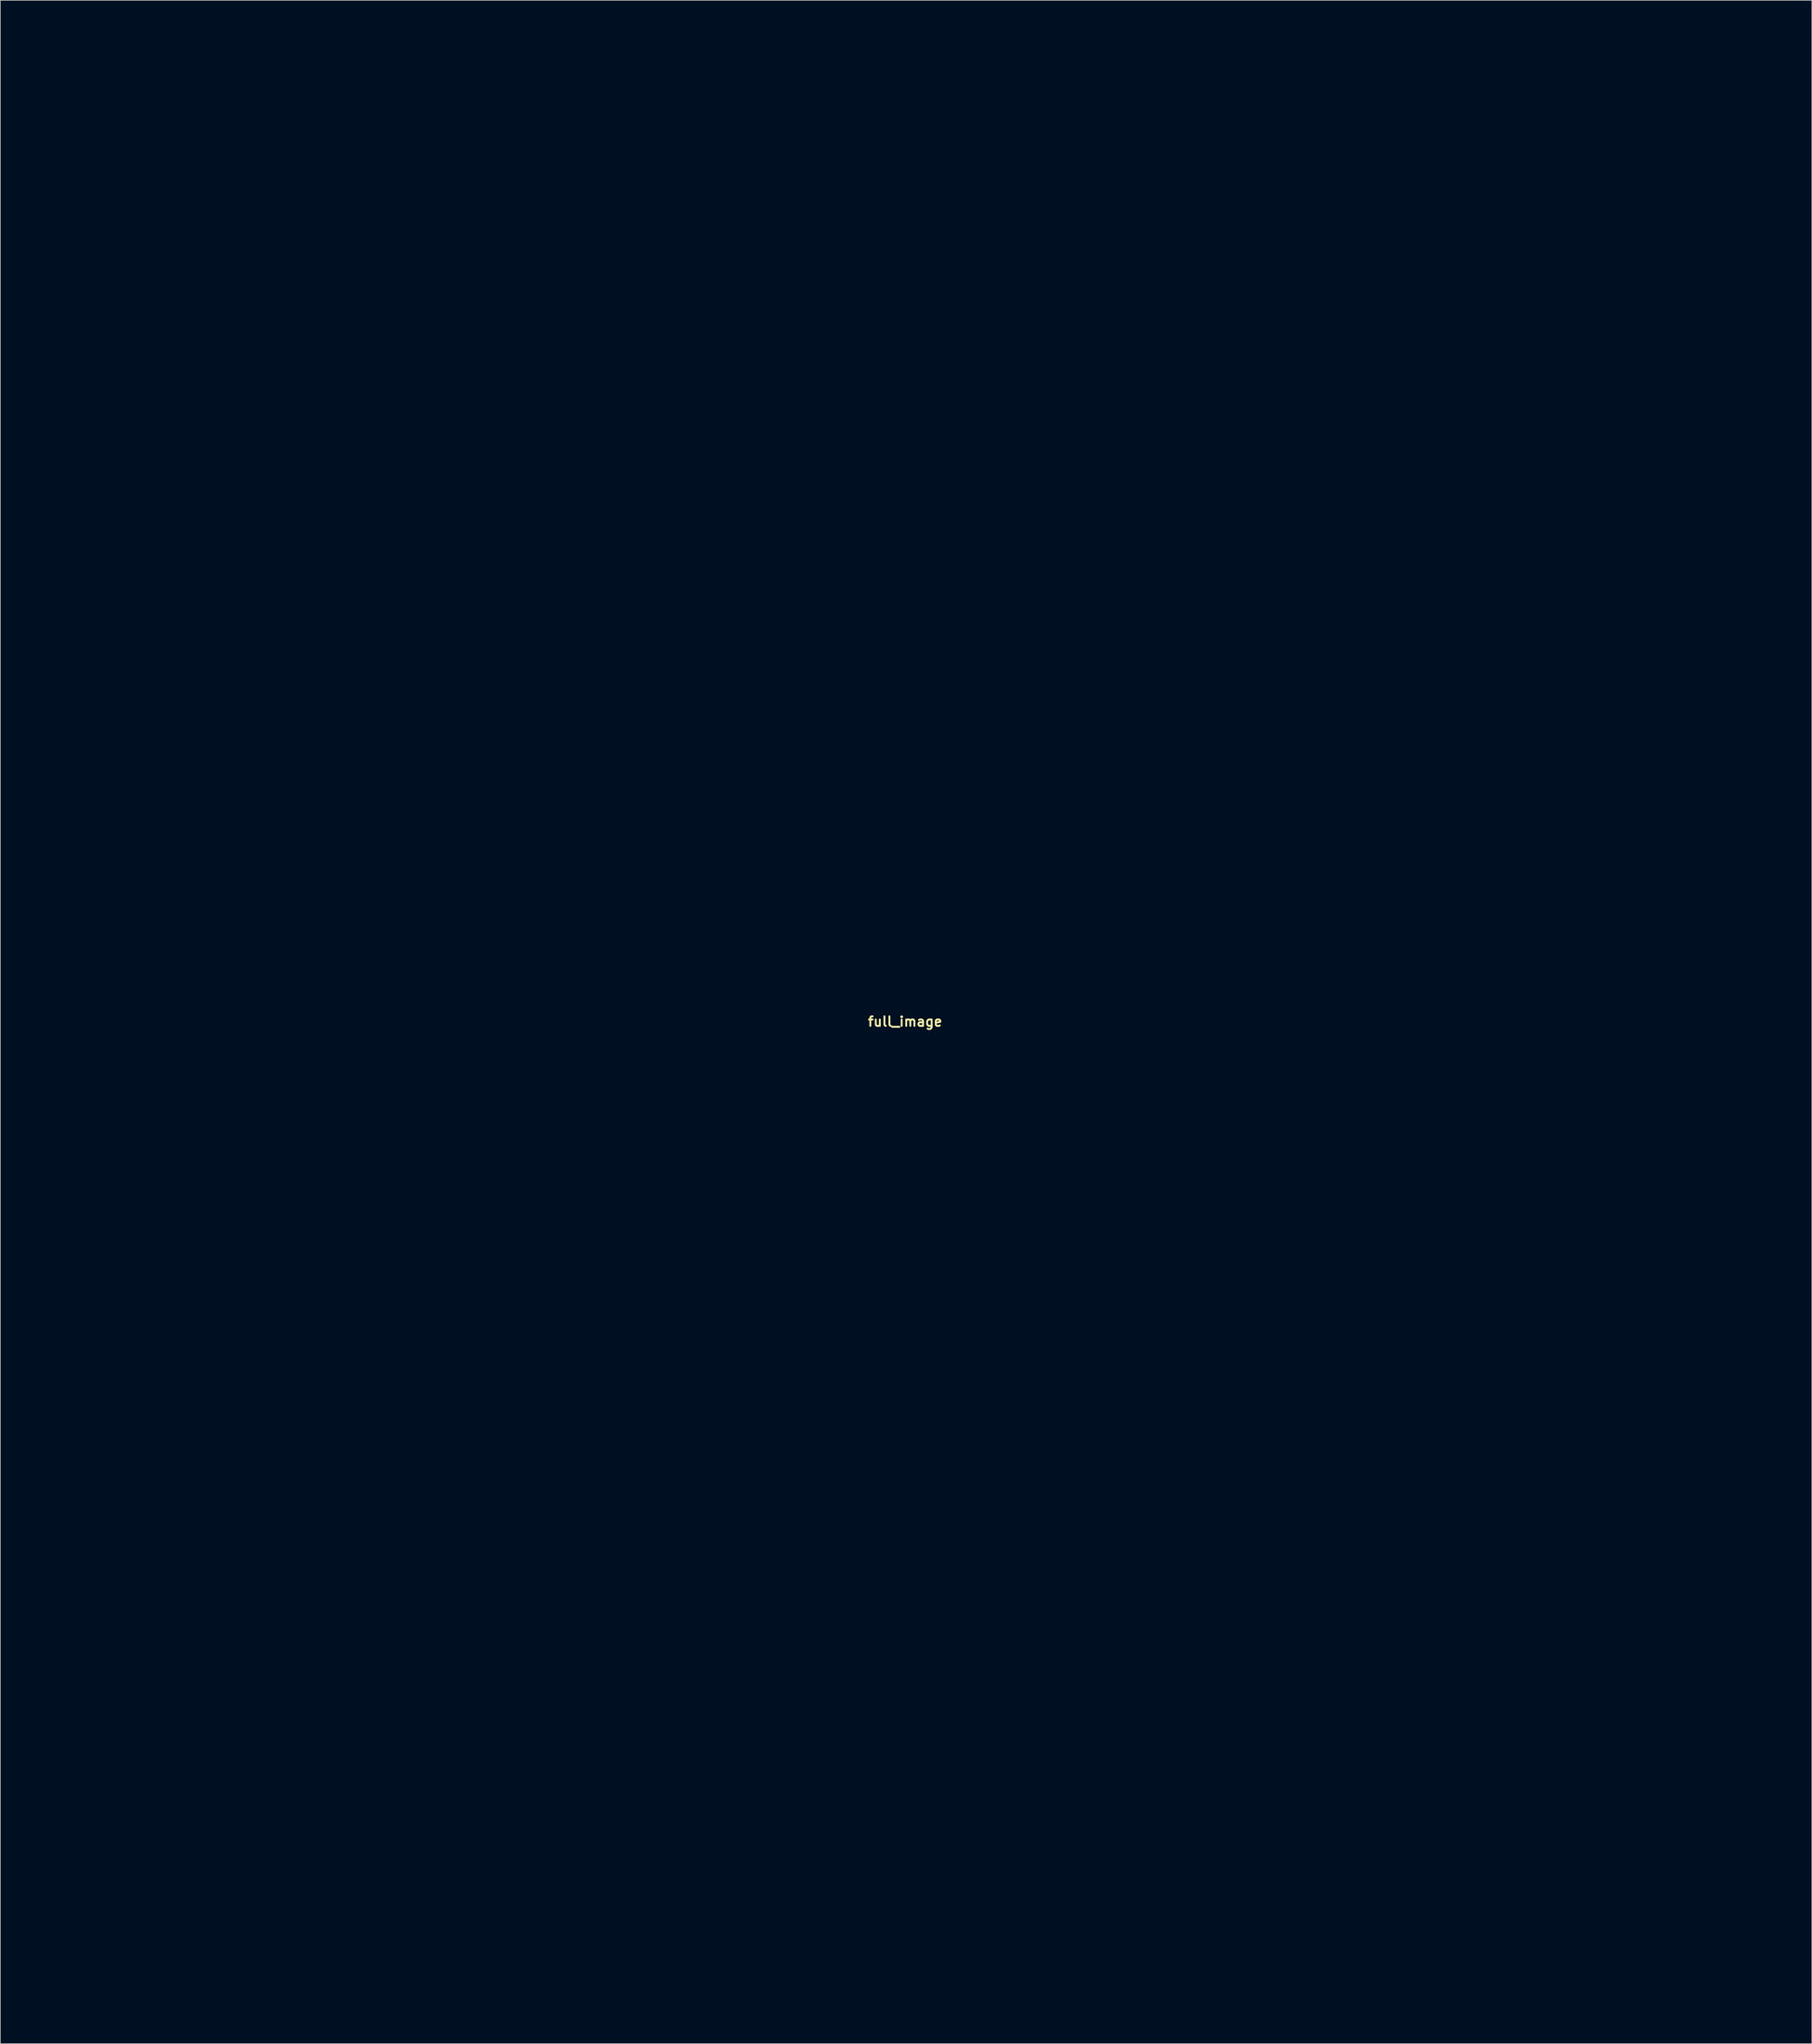
<source format=kicad_pcb>
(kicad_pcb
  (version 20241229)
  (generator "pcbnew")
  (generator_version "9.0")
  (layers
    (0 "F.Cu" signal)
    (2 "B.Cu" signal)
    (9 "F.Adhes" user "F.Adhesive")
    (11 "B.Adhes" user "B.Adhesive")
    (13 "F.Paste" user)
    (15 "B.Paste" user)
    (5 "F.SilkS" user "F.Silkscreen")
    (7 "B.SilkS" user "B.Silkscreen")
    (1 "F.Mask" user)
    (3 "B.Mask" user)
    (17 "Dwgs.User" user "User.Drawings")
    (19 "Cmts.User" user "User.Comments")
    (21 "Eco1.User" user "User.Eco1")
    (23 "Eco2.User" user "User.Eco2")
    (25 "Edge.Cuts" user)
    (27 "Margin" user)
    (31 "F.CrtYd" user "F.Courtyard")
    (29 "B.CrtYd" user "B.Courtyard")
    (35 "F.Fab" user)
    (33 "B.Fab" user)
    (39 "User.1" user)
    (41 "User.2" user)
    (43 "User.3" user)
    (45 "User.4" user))
  (footprint "full_image"
    (layer "F.Cu")
    (at 141.495 160.113)
    (property "Reference" "full_image" (at 0 0 0) (layer "F.SilkS") (effects (font (size 1.524 1.524) (thickness 0.3))))
    (attr board_only exclude_from_pos_files exclude_from_bom)
    (fp_poly (pts (xy -132.366 -23.075) (xy -132.545 -22.896) (xy -132.724 -23.075) (xy -132.545 -23.254)) (stroke (width 0.1) (type solid)) (fill no) (layer "Eco1.User"))
    (fp_poly (pts (xy -132.366 27.01) (xy -132.545 27.189) (xy -132.724 27.01) (xy -132.545 26.831)) (stroke (width 0.1) (type solid)) (fill no) (layer "Eco1.User"))
    (fp_poly (pts (xy -132.008 -23.79) (xy -132.187 -23.611) (xy -132.366 -23.79) (xy -132.187 -23.969)) (stroke (width 0.1) (type solid)) (fill no) (layer "Eco1.User"))
    (fp_poly (pts (xy -130.22 -27.01) (xy -130.399 -26.831) (xy -130.577 -27.01) (xy -130.399 -27.189)) (stroke (width 0.1) (type solid)) (fill no) (layer "Eco1.User"))
    (fp_poly (pts (xy -124.138 31.661) (xy -124.317 31.839) (xy -124.496 31.661) (xy -124.317 31.482)) (stroke (width 0.1) (type solid)) (fill no) (layer "Eco1.User"))
    (fp_poly (pts (xy -117.699 40.246) (xy -117.877 40.425) (xy -118.056 40.246) (xy -117.877 40.068)) (stroke (width 0.1) (type solid)) (fill no) (layer "Eco1.User"))
    (fp_poly (pts (xy -88.721 53.841) (xy -88.9 54.02) (xy -89.079 53.841) (xy -88.9 53.662)) (stroke (width 0.1) (type solid)) (fill no) (layer "Eco1.User"))
    (fp_poly (pts (xy -88.006 54.199) (xy -88.185 54.377) (xy -88.363 54.199) (xy -88.185 54.02)) (stroke (width 0.1) (type solid)) (fill no) (layer "Eco1.User"))
    (fp_poly (pts (xy -86.575 54.914) (xy -86.754 55.093) (xy -86.932 54.914) (xy -86.754 54.735)) (stroke (width 0.1) (type solid)) (fill no) (layer "Eco1.User"))
    (fp_poly (pts (xy -84.07 63.858) (xy -84.249 64.037) (xy -84.428 63.858) (xy -84.249 63.679)) (stroke (width 0.1) (type solid)) (fill no) (layer "Eco1.User"))
    (fp_poly (pts (xy -64.752 123.601) (xy -64.931 123.78) (xy -65.11 123.601) (xy -64.931 123.423)) (stroke (width 0.1) (type solid)) (fill no) (layer "Eco1.User"))
    (fp_poly (pts (xy 14.31 105.356) (xy 14.131 105.535) (xy 13.952 105.356) (xy 14.131 105.177)) (stroke (width 0.1) (type solid)) (fill no) (layer "Eco1.User"))
    (fp_poly (pts (xy 28.62 102.852) (xy 28.441 103.031) (xy 28.262 102.852) (xy 28.441 102.673)) (stroke (width 0.1) (type solid)) (fill no) (layer "Eco1.User"))
    (fp_poly (pts (xy 77.273 -111.438) (xy 77.094 -111.259) (xy 76.915 -111.438) (xy 77.094 -111.617)) (stroke (width 0.1) (type solid)) (fill no) (layer "Eco1.User"))
    (fp_poly (pts (xy 78.704 88.185) (xy 78.525 88.363) (xy 78.346 88.185) (xy 78.525 88.006)) (stroke (width 0.1) (type solid)) (fill no) (layer "Eco1.User"))
    (fp_poly (pts (xy 99.096 54.199) (xy 98.917 54.377) (xy 98.738 54.199) (xy 98.917 54.02)) (stroke (width 0.1) (type solid)) (fill no) (layer "Eco1.User"))
    (fp_poly (pts (xy 121.992 -47.401) (xy 121.813 -47.223) (xy 121.634 -47.401) (xy 121.813 -47.58)) (stroke (width 0.1) (type solid)) (fill no) (layer "Eco1.User"))
    (fp_poly (pts (xy -136.421 23.015) (xy -136.378 23.44) (xy -136.421 23.492) (xy -136.633 23.443) (xy -136.659 23.254) (xy -136.528 22.959)) (stroke (width 0.1) (type solid)) (fill no) (layer "Eco1.User"))
    (fp_poly (pts (xy -135.705 -18.126) (xy -135.754 -17.913) (xy -135.944 -17.887) (xy -136.238 -18.018) (xy -136.182 -18.126) (xy -135.758 -18.169)) (stroke (width 0.1) (type solid)) (fill no) (layer "Eco1.User"))
    (fp_poly (pts (xy -112.809 -4.174) (xy -112.767 -3.749) (xy -112.809 -3.697) (xy -113.022 -3.746) (xy -113.048 -3.935) (xy -112.917 -4.23)) (stroke (width 0.1) (type solid)) (fill no) (layer "Eco1.User"))
    (fp_poly (pts (xy -83.474 55.57) (xy -83.523 55.783) (xy -83.713 55.808) (xy -84.007 55.678) (xy -83.951 55.57) (xy -83.527 55.527)) (stroke (width 0.1) (type solid)) (fill no) (layer "Eco1.User"))
    (fp_poly (pts (xy 19.221 104.961) (xy 19.115 105.124) (xy 18.752 105.149) (xy 18.37 105.062) (xy 18.536 104.933) (xy 19.095 104.89)) (stroke (width 0.1) (type solid)) (fill no) (layer "Eco1.User"))
    (fp_poly (pts (xy 91.47 66.116) (xy 91.512 66.675) (xy 91.441 66.802) (xy 91.279 66.695) (xy 91.254 66.332) (xy 91.341 65.95)) (stroke (width 0.1) (type solid)) (fill no) (layer "Eco1.User"))
    (fp_poly (pts (xy 96.472 84.19) (xy 96.515 84.614) (xy 96.472 84.667) (xy 96.26 84.618) (xy 96.234 84.428) (xy 96.365 84.134)) (stroke (width 0.1) (type solid)) (fill no) (layer "Eco1.User"))
    (fp_poly (pts (xy -132.735 -22.359) (xy -132.913 -21.771) (xy -133.082 -21.465) (xy -133.365 -21.178) (xy -133.428 -21.286) (xy -133.25 -21.874) (xy -133.082 -22.18) (xy -132.798 -22.467)) (stroke (width 0.1) (type solid)) (fill no) (layer "Eco1.User"))
    (fp_poly (pts (xy -131.163 -25.579) (xy -131.675 -24.716) (xy -131.922 -24.359) (xy -132.002 -24.395) (xy -132.008 -24.585) (xy -131.792 -25.1) (xy -131.272 -25.808) (xy -130.535 -26.652)) (stroke (width 0.1) (type solid)) (fill no) (layer "Eco1.User"))
    (fp_poly (pts (xy -128.929 -29.112) (xy -129.325 -28.62) (xy -129.863 -28.091) (xy -130.152 -27.904) (xy -130.079 -28.128) (xy -129.683 -28.62) (xy -129.146 -29.149) (xy -128.857 -29.335)) (stroke (width 0.1) (type solid)) (fill no) (layer "Eco1.User"))
    (fp_poly (pts (xy -128.542 25.847) (xy -128.486 26.755) (xy -128.542 27.099) (xy -128.646 27.211) (xy -128.702 26.716) (xy -128.706 26.473) (xy -128.668 25.822) (xy -128.576 25.746)) (stroke (width 0.1) (type solid)) (fill no) (layer "Eco1.User"))
    (fp_poly (pts (xy -127.462 -18.688) (xy -127.405 -17.756) (xy -127.47 -17.257) (xy -127.566 -17.173) (xy -127.621 -17.687) (xy -127.625 -18.066) (xy -127.59 -18.759) (xy -127.509 -18.864)) (stroke (width 0.1) (type solid)) (fill no) (layer "Eco1.User"))
    (fp_poly (pts (xy -127.128 -22.503) (xy -127.11 -22.442) (xy -127.057 -21.663) (xy -127.123 -21.369) (xy -127.241 -21.357) (xy -127.288 -21.917) (xy -127.288 -22.001) (xy -127.236 -22.556)) (stroke (width 0.1) (type solid)) (fill no) (layer "Eco1.User"))
    (fp_poly (pts (xy -111.744 9.694) (xy -111.727 9.755) (xy -111.674 10.535) (xy -111.74 10.829) (xy -111.857 10.841) (xy -111.905 10.28) (xy -111.905 10.196) (xy -111.853 9.641)) (stroke (width 0.1) (type solid)) (fill no) (layer "Eco1.User"))
    (fp_poly (pts (xy -66.458 121.193) (xy -66.183 121.634) (xy -65.953 122.187) (xy -65.979 122.349) (xy -66.266 122.075) (xy -66.541 121.634) (xy -66.771 121.081) (xy -66.745 120.918)) (stroke (width 0.1) (type solid)) (fill no) (layer "Eco1.User"))
    (fp_poly (pts (xy -59.744 69.224) (xy -59.402 69.545) (xy -59.386 69.603) (xy -59.663 69.756) (xy -59.744 69.761) (xy -60.088 69.486) (xy -60.101 69.382) (xy -59.882 69.168)) (stroke (width 0.1) (type solid)) (fill no) (layer "Eco1.User"))
    (fp_poly (pts (xy -34.433 72.018) (xy -34.322 72.122) (xy -34.816 72.178) (xy -35.059 72.182) (xy -35.71 72.144) (xy -35.787 72.052) (xy -35.685 72.018) (xy -34.778 71.963)) (stroke (width 0.1) (type solid)) (fill no) (layer "Eco1.User"))
    (fp_poly (pts (xy -24.953 74.159) (xy -24.783 74.247) (xy -25.233 74.303) (xy -25.758 74.314) (xy -26.531 74.286) (xy -26.744 74.215) (xy -26.563 74.159) (xy -25.52 74.1)) (stroke (width 0.1) (type solid)) (fill no) (layer "Eco1.User"))
    (fp_poly (pts (xy 9.398 105.658) (xy 9.41 105.776) (xy 8.85 105.824) (xy 8.765 105.823) (xy 8.21 105.772) (xy 8.263 105.663) (xy 8.324 105.645) (xy 9.104 105.593)) (stroke (width 0.1) (type solid)) (fill no) (layer "Eco1.User"))
    (fp_poly (pts (xy 27.747 103.222) (xy 27.389 103.579) (xy 26.594 104.046) (xy 26.168 103.995) (xy 26.115 103.785) (xy 26.418 103.399) (xy 27.113 103.108) (xy 27.665 103.042)) (stroke (width 0.1) (type solid)) (fill no) (layer "Eco1.User"))
    (fp_poly (pts (xy -77.938 65.582) (xy -77.116 65.805) (xy -76.558 66.004) (xy -75.866 66.323) (xy -75.85 66.482) (xy -76.021 66.497) (xy -76.851 66.358) (xy -77.81 66.017) (xy -78.396 65.689) (xy -78.402 65.544)) (stroke (width 0.1) (type solid)) (fill no) (layer "Eco1.User"))
    (fp_poly (pts (xy -126.882 -31.602) (xy -126.643 -31.15) (xy -126.796 -30.903) (xy -127.054 -30.979) (xy -127.555 -30.93) (xy -127.949 -30.574) (xy -128.313 -30.204) (xy -128.431 -30.285) (xy -128.204 -30.788) (xy -127.692 -31.308) (xy -127.152 -31.626)) (stroke (width 0.1) (type solid)) (fill no) (layer "Eco1.User"))
    (fp_poly (pts (xy -126.411 -27.087) (xy -126.503 -26.115) (xy -126.687 -24.786) (xy -126.835 -24.13) (xy -126.939 -24.158) (xy -126.991 -24.884) (xy -126.995 -25.43) (xy -126.913 -26.528) (xy -126.714 -27.374) (xy -126.628 -27.546) (xy -126.442 -27.635)) (stroke (width 0.1) (type solid)) (fill no) (layer "Eco1.User"))
    (fp_poly (pts (xy -123.397 -29.488) (xy -123.146 -28.817) (xy -123.236 -27.591) (xy -123.246 -27.533) (xy -123.502 -26.571) (xy -123.798 -26.153) (xy -124.042 -26.326) (xy -124.143 -27.099) (xy -124.228 -28.172) (xy -124.364 -28.888) (xy -124.395 -29.525) (xy -124.022 -29.693)) (stroke (width 0.1) (type solid)) (fill no) (layer "Eco1.User"))
    (fp_poly (pts (xy -82.486 64.345) (xy -81.645 64.578) (xy -81.014 64.816) (xy -80.851 64.948) (xy -80.96 65.068) (xy -81.395 65.019) (xy -82.317 64.777) (xy -82.589 64.699) (xy -83.342 64.435) (xy -83.651 64.23) (xy -83.642 64.205) (xy -83.248 64.195)) (stroke (width 0.1) (type solid)) (fill no) (layer "Eco1.User"))
    (fp_poly (pts (xy 91.203 67.614) (xy 91.076 68.101) (xy 90.773 68.839) (xy 90.396 69.619) (xy 90.049 70.234) (xy 89.835 70.476) (xy 89.809 70.426) (xy 89.937 69.991) (xy 90.277 69.147) (xy 90.502 68.637) (xy 90.901 67.849) (xy 91.155 67.527)) (stroke (width 0.1) (type solid)) (fill no) (layer "Eco1.User"))
    (fp_poly (pts (xy -27.368 146.061) (xy -29.335 146.333) (xy -30.783 146.477) (xy -32.515 146.571) (xy -33.807 146.593) (xy -35.096 146.583) (xy -35.714 146.56) (xy -35.706 146.503) (xy -35.116 146.395) (xy -34.523 146.302) (xy -33.222 146.162) (xy -31.577 146.068) (xy -30.051 146.042)) (stroke (width 0.1) (type solid)) (fill no) (layer "Eco1.User"))
    (fp_poly (pts (xy -51.909 73.594) (xy -51.766 73.703) (xy -50.76 74.37) (xy -49.661 74.941) (xy -49.022 75.276) (xy -49.045 75.419) (xy -49.697 75.355) (xy -50.263 75.237) (xy -51.845 74.855) (xy -52.85 74.551) (xy -53.403 74.267) (xy -53.63 73.945) (xy -53.662 73.682) (xy -53.447 73.096) (xy -52.843 73.067)) (stroke (width 0.1) (type solid)) (fill no) (layer "Eco1.User"))
    (fp_poly (pts (xy -27.869 72.358) (xy -26.514 72.402) (xy -25.171 72.479) (xy -23.962 72.588) (xy -23.79 72.609) (xy -22.923 72.725) (xy -22.577 72.801) (xy -22.798 72.847) (xy -23.635 72.87) (xy -25.132 72.877) (xy -25.4 72.877) (xy -27.144 72.853) (xy -28.778 72.787) (xy -30.071 72.691) (xy -30.587 72.623) (xy -30.989 72.506) (xy -30.796 72.421) (xy -30.131 72.368) (xy -29.115 72.347)) (stroke (width 0.1) (type solid)) (fill no) (layer "Eco1.User"))
    (fp_poly (pts (xy -49.905 72.047) (xy -48.552 72.233) (xy -47.197 72.499) (xy -45.974 72.805) (xy -45.014 73.113) (xy -44.452 73.383) (xy -44.419 73.578) (xy -44.539 73.617) (xy -45.421 73.958) (xy -45.792 74.194) (xy -46.903 74.639) (xy -48.281 74.513) (xy -49.369 74.062) (xy -50.521 73.447) (xy -51.33 73.07) (xy -52.068 72.806) (xy -52.075 72.804) (xy -52.432 72.46) (xy -52.384 72.223) (xy -51.857 71.997) (xy -50.674 71.983)) (stroke (width 0.1) (type solid)) (fill no) (layer "Eco1.User"))
    (fp_poly (pts (xy -74.53 66.609) (xy -73.521 66.733) (xy -72.126 66.924) (xy -70.902 67.102) (xy -69.098 67.349) (xy -67.85 67.46) (xy -67.011 67.438) (xy -66.434 67.288) (xy -66.296 67.221) (xy -65.575 66.92) (xy -65.223 67.124) (xy -65.054 67.756) (xy -65.031 68.203) (xy -65.251 68.444) (xy -65.845 68.506) (xy -66.945 68.416) (xy -67.793 68.314) (xy -68.779 68.156) (xy -70.029 67.909) (xy -71.396 67.61) (xy -72.729 67.293) (xy -73.881 66.996) (xy -74.703 66.753) (xy -75.047 66.602) (xy -74.994 66.572)) (stroke (width 0.1) (type solid)) (fill no) (layer "Eco1.User"))
    (fp_poly (pts (xy -28.646 68.795) (xy -26.4 68.838) (xy -24.721 68.875) (xy -21.628 68.96) (xy -19.215 69.058) (xy -17.447 69.175) (xy -16.29 69.316) (xy -15.709 69.487) (xy -15.668 69.692) (xy -16.132 69.939) (xy -16.655 70.113) (xy -18.161 70.414) (xy -20.153 70.601) (xy -22.413 70.671) (xy -24.72 70.621) (xy -26.854 70.447) (xy -28.018 70.271) (xy -29.524 69.946) (xy -30.902 69.58) (xy -31.877 69.246) (xy -31.953 69.212) (xy -32.259 69.046) (xy -32.316 68.922) (xy -32.054 68.839) (xy -31.402 68.792) (xy -30.29 68.778)) (stroke (width 0.1) (type solid)) (fill no) (layer "Eco1.User"))
    (fp_poly (pts (xy -13.266 107.33) (xy -10.417 107.349) (xy -7.826 107.377) (xy -5.588 107.414) (xy -3.8 107.459) (xy -2.555 107.509) (xy -2.018 107.551) (xy -0.358 107.779) (xy -0.358 114.479) (xy -8.318 114.426) (xy -11.158 114.393) (xy -14.245 114.334) (xy -17.336 114.255) (xy -20.19 114.163) (xy -22.523 114.064) (xy -24.57 113.95) (xy -26.365 113.823) (xy -27.787 113.695) (xy -28.717 113.576) (xy -29.028 113.492) (xy -29.124 113.034) (xy -29.152 112.051) (xy -29.109 110.727) (xy -29.081 110.275) (xy -28.875 107.324) (xy -16.276 107.324)) (stroke (width 0.1) (type solid)) (fill no) (layer "Eco1.User"))
    (fp_poly (pts (xy -124.321 18.575) (xy -124.201 19.453) (xy -124.088 20.714) (xy -124.054 21.215) (xy -123.826 23.323) (xy -123.398 25.028) (xy -122.93 26.169) (xy -122.14 28.489) (xy -121.992 29.972) (xy -121.914 31.321) (xy -121.712 32.962) (xy -121.49 34.231) (xy -121.072 36.414) (xy -120.794 38.203) (xy -120.665 39.516) (xy -120.693 40.272) (xy -120.805 40.425) (xy -121.305 40.238) (xy -121.917 39.865) (xy -122.802 38.888) (xy -123.448 37.339) (xy -123.876 35.163) (xy -123.924 34.763) (xy -124.028 33.271) (xy -123.923 32.337) (xy -123.729 31.957) (xy -123.498 31.476) (xy -123.81 31.016) (xy -124.048 30.822) (xy -124.398 30.452) (xy -124.676 29.871) (xy -124.915 28.947) (xy -125.153 27.549) (xy -125.372 25.951) (xy -125.658 23.648) (xy -125.831 21.943) (xy -125.89 20.727) (xy -125.832 19.89) (xy -125.657 19.326) (xy -125.363 18.923) (xy -125.273 18.837) (xy -124.703 18.383) (xy -124.429 18.245)) (stroke (width 0.1) (type solid)) (fill no) (layer "Eco1.User"))
    (fp_poly (pts (xy 111.005 -39.099) (xy 111.617 -38.637) (xy 112.487 -38.005) (xy 113.159 -37.619) (xy 113.35 -37.563) (xy 113.863 -37.299) (xy 114.014 -37.116) (xy 114.45 -36.684) (xy 115.285 -36.024) (xy 116.089 -35.451) (xy 118.284 -33.844) (xy 119.897 -32.362) (xy 121.016 -30.877) (xy 121.728 -29.262) (xy 122.122 -27.388) (xy 122.21 -26.534) (xy 122.298 -25.192) (xy 122.328 -24.175) (xy 122.297 -23.649) (xy 122.272 -23.611) (xy 122.063 -23.917) (xy 121.686 -24.716) (xy 121.24 -25.787) (xy 120.701 -26.968) (xy 120.023 -28.019) (xy 119.064 -29.123) (xy 117.682 -30.468) (xy 117.618 -30.527) (xy 116.105 -31.931) (xy 114.447 -33.471) (xy 112.925 -34.884) (xy 112.435 -35.339) (xy 111.282 -36.388) (xy 110.525 -36.998) (xy 110.049 -37.237) (xy 109.742 -37.168) (xy 109.582 -36.995) (xy 109.291 -36.678) (xy 109.223 -36.932) (xy 109.269 -37.43) (xy 109.373 -38.418) (xy 109.43 -39.084) (xy 109.618 -39.601) (xy 110.122 -39.61)) (stroke (width 0.1) (type solid)) (fill no) (layer "Eco1.User"))
    (fp_poly (pts (xy -54.332 67.084) (xy -53.01 67.267) (xy -52.171 67.403) (xy -50.377 67.691) (xy -48.543 67.957) (xy -46.993 68.157) (xy -46.626 68.197) (xy -45.355 68.376) (xy -44.71 68.598) (xy -44.6 68.894) (xy -44.601 68.898) (xy -44.514 69.568) (xy -43.887 70.271) (xy -42.88 70.888) (xy -41.652 71.3) (xy -41.275 71.365) (xy -40.137 71.523) (xy -39.245 71.663) (xy -38.994 71.709) (xy -38.844 71.789) (xy -39.271 71.824) (xy -40.14 71.817) (xy -41.315 71.775) (xy -42.661 71.701) (xy -44.041 71.599) (xy -44.897 71.519) (xy -46.681 71.311) (xy -48.759 71.029) (xy -50.722 70.73) (xy -50.979 70.687) (xy -52.682 70.411) (xy -54.361 70.156) (xy -55.718 69.966) (xy -56.004 69.93) (xy -57.157 69.742) (xy -58.057 69.505) (xy -58.33 69.385) (xy -58.605 69.19) (xy -58.606 69.092) (xy -58.237 69.098) (xy -57.403 69.213) (xy -56.008 69.444) (xy -55.066 69.605) (xy -53.505 69.861) (xy -52.472 69.979) (xy -51.793 69.958) (xy -51.293 69.797) (xy -50.941 69.59) (xy -50.339 69) (xy -50.396 68.542) (xy -51.088 68.332) (xy -51.213 68.33) (xy -51.927 68.243) (xy -52.923 68.022) (xy -53.997 67.726) (xy -54.945 67.417) (xy -55.565 67.153) (xy -55.685 67.014) (xy -55.279 66.993)) (stroke (width 0.1) (type solid)) (fill no) (layer "Eco1.User"))
    (fp_poly (pts (xy -54.526 -68.863) (xy -54.403 -68.756) (xy -54.644 -68.571) (xy -54.821 -68.473) (xy -55.58 -68.184) (xy -56.762 -67.914) (xy -58.428 -67.655) (xy -60.641 -67.397) (xy -63.46 -67.132) (xy -66.116 -66.917) (xy -69.103 -66.635) (xy -71.631 -66.267) (xy -73.957 -65.759) (xy -76.337 -65.061) (xy -77.915 -64.522) (xy -80.317 -63.507) (xy -82.921 -62.139) (xy -85.455 -60.577) (xy -87.644 -58.981) (xy -88.153 -58.554) (xy -89.087 -57.761) (xy -90.431 -56.65) (xy -92.031 -55.346) (xy -93.734 -53.974) (xy -94.445 -53.406) (xy -97.138 -51.208) (xy -99.518 -49.133) (xy -101.784 -46.996) (xy -104.133 -44.611) (xy -106.072 -42.547) (xy -107.45 -41.057) (xy -108.951 -39.435) (xy -110.317 -37.959) (xy -110.723 -37.521) (xy -111.963 -36.18) (xy -113.264 -34.773) (xy -114.37 -33.574) (xy -114.501 -33.432) (xy -115.421 -32.519) (xy -116.511 -31.563) (xy -117.607 -30.691) (xy -118.549 -30.029) (xy -119.174 -29.706) (xy -119.257 -29.693) (xy -119.572 -29.93) (xy -119.847 -30.232) (xy -120.057 -30.683) (xy -119.824 -31.197) (xy -119.328 -31.739) (xy -118.596 -32.532) (xy -117.65 -33.639) (xy -116.8 -34.687) (xy -114.538 -37.555) (xy -112.626 -39.961) (xy -110.976 -42.006) (xy -109.498 -43.793) (xy -108.102 -45.423) (xy -106.699 -46.999) (xy -105.201 -48.621) (xy -103.516 -50.393) (xy -101.557 -52.416) (xy -99.233 -54.791) (xy -98.586 -55.451) (xy -96.238 -57.827) (xy -94.316 -59.731) (xy -92.763 -61.216) (xy -91.52 -62.335) (xy -90.529 -63.141) (xy -89.732 -63.689) (xy -89.392 -63.881) (xy -88.635 -64.413) (xy -88.239 -64.918) (xy -87.755 -65.402) (xy -87.462 -65.468) (xy -86.765 -65.625) (xy -85.854 -66.007) (xy -85.814 -66.027) (xy -84.932 -66.397) (xy -83.794 -66.706) (xy -82.315 -66.964) (xy -80.41 -67.182) (xy -77.994 -67.372) (xy -74.983 -67.544) (xy -73.517 -67.614) (xy -71.162 -67.733) (xy -68.902 -67.87) (xy -66.89 -68.012) (xy -65.282 -68.151) (xy -64.231 -68.273) (xy -64.215 -68.275) (xy -62.945 -68.433) (xy -61.218 -68.591) (xy -59.293 -68.729) (xy -57.955 -68.803) (xy -56.215 -68.877) (xy -55.101 -68.9)) (stroke (width 0.1) (type solid)) (fill no) (layer "Eco1.User"))
    (fp_poly (pts (xy 87.637 80.521) (xy 87.185 81.145) (xy 86.227 82.241) (xy 86.073 82.408) (xy 84.821 83.812) (xy 83.313 85.574) (xy 81.715 87.494) (xy 80.191 89.373) (xy 78.908 91.012) (xy 78.452 91.618) (xy 77.623 92.886) (xy 76.933 94.312) (xy 76.289 96.105) (xy 75.865 97.521) (xy 75.352 99.283) (xy 74.845 100.967) (xy 74.411 102.347) (xy 74.181 103.031) (xy 73.787 104.239) (xy 73.333 105.784) (xy 72.966 107.145) (xy 72.482 108.869) (xy 71.883 110.785) (xy 71.413 112.154) (xy 70.502 114.663) (xy 69.813 116.584) (xy 69.316 117.998) (xy 68.985 118.987) (xy 68.79 119.633) (xy 68.705 120.018) (xy 68.695 120.136) (xy 68.55 120.704) (xy 68.185 121.671) (xy 67.842 122.462) (xy 67.321 123.666) (xy 66.903 124.742) (xy 66.748 125.211) (xy 66.307 126.524) (xy 65.552 128.435) (xy 64.649 130.555) (xy 64.11 131.85) (xy 63.608 133.141) (xy 63.49 133.469) (xy 62.828 135.126) (xy 61.982 136.931) (xy 61.056 138.689) (xy 60.154 140.206) (xy 59.38 141.287) (xy 59.246 141.437) (xy 58.402 142.257) (xy 57.411 143.115) (xy 56.449 143.871) (xy 55.69 144.385) (xy 55.349 144.53) (xy 54.983 144.282) (xy 54.964 144.253) (xy 55.023 143.814) (xy 55.344 142.936) (xy 55.834 141.855) (xy 56.452 140.532) (xy 56.992 139.271) (xy 57.275 138.52) (xy 57.707 137.375) (xy 58.171 136.356) (xy 58.531 135.524) (xy 58.668 134.956) (xy 58.806 134.374) (xy 59.152 133.433) (xy 59.34 132.988) (xy 59.943 131.533) (xy 60.683 129.596) (xy 61.533 127.262) (xy 62.465 124.619) (xy 63.45 121.753) (xy 64.461 118.75) (xy 65.47 115.696) (xy 66.448 112.677) (xy 67.367 109.78) (xy 68.2 107.091) (xy 68.917 104.696) (xy 69.492 102.682) (xy 69.895 101.134) (xy 70.099 100.139) (xy 70.118 99.913) (xy 70.301 99.434) (xy 70.789 98.519) (xy 71.495 97.325) (xy 71.891 96.693) (xy 73.431 94.58) (xy 75.459 92.346) (xy 77.346 90.536) (xy 78.715 89.252) (xy 79.901 88.08) (xy 80.797 87.131) (xy 81.296 86.516) (xy 81.348 86.422) (xy 81.724 85.896) (xy 82.513 85.01) (xy 83.599 83.888) (xy 84.869 82.652) (xy 84.882 82.639) (xy 86.206 81.427) (xy 87.123 80.667) (xy 87.608 80.363)) (stroke (width 0.1) (type solid)) (fill no) (layer "Eco1.User"))
    (fp_poly (pts (xy -89.053 61.889) (xy -88.367 62.953) (xy -87.725 64.721) (xy -87.345 66.183) (xy -86.942 67.927) (xy -86.444 70.08) (xy -85.919 72.353) (xy -85.485 74.232) (xy -85.015 76.269) (xy -84.668 77.753) (xy -84.406 78.825) (xy -84.189 79.631) (xy -83.977 80.312) (xy -83.73 81.012) (xy -83.409 81.874) (xy -83.256 82.282) (xy -82.739 83.668) (xy -82.083 85.436) (xy -81.394 87.295) (xy -81.075 88.156) (xy -80.504 89.661) (xy -79.996 90.929) (xy -79.616 91.799) (xy -79.458 92.091) (xy -79.222 92.563) (xy -78.805 93.563) (xy -78.266 94.944) (xy -77.664 96.562) (xy -77.659 96.575) (xy -77.057 98.192) (xy -76.519 99.573) (xy -76.102 100.573) (xy -75.865 101.045) (xy -75.864 101.046) (xy -75.616 101.568) (xy -75.269 102.558) (xy -74.936 103.667) (xy -74.571 104.849) (xy -74.23 105.731) (xy -74.004 106.103) (xy -73.736 106.583) (xy -73.696 106.914) (xy -73.539 107.451) (xy -73.111 108.482) (xy -72.474 109.87) (xy -71.688 111.474) (xy -71.517 111.811) (xy -70.417 113.968) (xy -69.588 115.587) (xy -68.977 116.765) (xy -68.53 117.603) (xy -68.193 118.2) (xy -67.914 118.654) (xy -67.64 119.065) (xy -67.519 119.24) (xy -67.032 120.058) (xy -66.991 120.391) (xy -67.314 120.24) (xy -67.921 119.604) (xy -68.204 119.243) (xy -68.912 118.321) (xy -69.506 117.591) (xy -69.671 117.405) (xy -70.062 116.729) (xy -70.118 116.421) (xy -70.278 115.961) (xy -70.4 115.91) (xy -70.761 115.615) (xy -71.386 114.813) (xy -72.199 113.626) (xy -73.124 112.175) (xy -74.085 110.584) (xy -75.006 108.973) (xy -75.812 107.466) (xy -76.397 106.251) (xy -76.919 105.079) (xy -77.421 103.965) (xy -77.438 103.925) (xy -78.273 101.958) (xy -79.191 99.583) (xy -80.088 97.083) (xy -80.668 95.339) (xy -81.175 93.824) (xy -81.687 92.411) (xy -82.106 91.368) (xy -82.168 91.231) (xy -82.65 90.075) (xy -83.025 88.966) (xy -83.042 88.906) (xy -83.242 88.241) (xy -83.633 87.022) (xy -84.173 85.371) (xy -84.822 83.411) (xy -85.54 81.264) (xy -85.645 80.949) (xy -86.7 77.697) (xy -87.47 75.051) (xy -87.966 72.966) (xy -88.195 71.469) (xy -88.369 69.93) (xy -88.593 68.459) (xy -88.804 67.435) (xy -89.185 65.856) (xy -89.502 64.326) (xy -89.728 62.997) (xy -89.839 62.022) (xy -89.81 61.553) (xy -89.778 61.532)) (stroke (width 0.1) (type solid)) (fill no) (layer "Eco1.User"))
    (fp_poly (pts (xy 6.542 -159.935) (xy 15.813 -159.113) (xy 25.037 -157.599) (xy 34.186 -155.392) (xy 43.23 -152.491) (xy 52.144 -148.897) (xy 57.68 -146.277) (xy 66.264 -141.577) (xy 74.487 -136.276) (xy 82.332 -130.4) (xy 89.779 -123.978) (xy 96.81 -117.036) (xy 103.406 -109.602) (xy 109.549 -101.703) (xy 115.219 -93.366) (xy 120.399 -84.619) (xy 125.07 -75.488) (xy 129.213 -66.002) (xy 132.809 -56.187) (xy 135.84 -46.07) (xy 138.287 -35.68) (xy 140.027 -25.758) (xy 140.668 -20.961) (xy 141.148 -16.318) (xy 141.481 -11.624) (xy 141.679 -6.674) (xy 141.758 -1.266) (xy 141.76 0) (xy 141.706 5.536) (xy 141.535 10.568) (xy 141.233 15.301) (xy 140.787 19.938) (xy 140.182 24.684) (xy 140.027 25.758) (xy 138.106 36.564) (xy 135.564 47.119) (xy 132.418 57.395) (xy 128.681 67.362) (xy 124.371 76.994) (xy 119.503 86.261) (xy 114.092 95.135) (xy 108.155 103.588) (xy 101.706 111.592) (xy 94.761 119.118) (xy 87.337 126.139) (xy 82.067 130.573) (xy 74.109 136.518) (xy 65.873 141.812) (xy 57.376 146.451) (xy 48.635 150.426) (xy 39.668 153.731) (xy 30.49 156.36) (xy 21.12 158.306) (xy 11.573 159.562) (xy 7.149 159.905) (xy 4.534 160.056) (xy 2.381 160.153) (xy 0.483 160.196) (xy -1.367 160.184) (xy -3.374 160.118) (xy -5.747 159.997) (xy -7.692 159.882) (xy -16.584 158.996) (xy -25.527 157.429) (xy -34.442 155.202) (xy -43.246 152.338) (xy -51.861 148.859) (xy -57.322 146.277) (xy -65.906 141.577) (xy -74.129 136.276) (xy -81.974 130.4) (xy -89.421 123.978) (xy -96.452 117.036) (xy -103.048 109.602) (xy -109.191 101.703) (xy -114.862 93.366) (xy -120.042 84.619) (xy -124.712 75.488) (xy -128.855 66.002) (xy -132.451 56.187) (xy -135.482 46.07) (xy -137.929 35.68) (xy -139.67 25.758) (xy -140.697 17.032) (xy -141.289 7.938) (xy -141.445 -1.327) (xy -141.424 -1.999) (xy -140.178 -1.999) (xy -140.154 1.174) (xy -140.043 4.587) (xy -139.852 8.119) (xy -139.591 11.651) (xy -139.269 15.064) (xy -138.894 18.24) (xy -138.475 21.058) (xy -138.021 23.401) (xy -137.541 25.148) (xy -137.536 25.161) (xy -136.711 27.064) (xy -135.675 28.793) (xy -135.226 29.379) (xy -134.478 30.295) (xy -133.961 30.984) (xy -133.797 31.267) (xy -133.635 31.8) (xy -133.208 32.775) (xy -132.605 34.015) (xy -131.915 35.34) (xy -131.229 36.571) (xy -130.768 37.328) (xy -129.989 38.422) (xy -128.969 39.697) (xy -127.815 41.035) (xy -126.637 42.32) (xy -125.542 43.435) (xy -124.639 44.263) (xy -124.035 44.687) (xy -123.918 44.718) (xy -123.583 44.521) (xy -123.625 43.838) (xy -123.649 43.735) (xy -124.195 41.872) (xy -124.827 40.313) (xy -125.466 39.25) (xy -125.523 39.183) (xy -126.129 38.299) (xy -126.569 37.385) (xy -126.94 36.218) (xy -127.343 34.678) (xy -127.733 32.973) (xy -128.067 31.309) (xy -128.301 29.894) (xy -128.39 28.935) (xy -128.388 28.86) (xy -128.33 28.418) (xy -128.203 28.612) (xy -127.991 29.473) (xy -127.908 29.872) (xy -127.53 31.556) (xy -127.072 33.347) (xy -126.587 35.063) (xy -126.126 36.521) (xy -125.744 37.54) (xy -125.617 37.796) (xy -125.352 38.165) (xy -125.247 37.95) (xy -125.231 37.385) (xy -125.316 36.309) (xy -125.53 35.065) (xy -125.572 34.88) (xy -126.006 32.853) (xy -126.447 30.413) (xy -126.858 27.803) (xy -127.203 25.266) (xy -127.444 23.044) (xy -127.522 22.001) (xy -127.702 18.782) (xy -127.175 22.359) (xy -126.85 24.444) (xy -126.455 26.796) (xy -126.019 29.252) (xy -125.573 31.649) (xy -125.147 33.825) (xy -124.771 35.617) (xy -124.48 36.848) (xy -124.171 37.897) (xy -123.73 39.26) (xy -123.216 40.764) (xy -122.69 42.241) (xy -122.212 43.521) (xy -121.843 44.433) (xy -121.661 44.791) (xy -121.23 44.865) (xy -120.288 44.826) (xy -119.028 44.683) (xy -118.874 44.661) (xy -117.532 44.475) (xy -116.667 44.436) (xy -116.045 44.583) (xy -115.435 44.957) (xy -114.94 45.336) (xy -112.531 47.063) (xy -109.588 48.92) (xy -106.259 50.818) (xy -102.692 52.669) (xy -102.315 52.854) (xy -99.467 54.243) (xy -97.201 55.334) (xy -95.462 56.152) (xy -94.196 56.724) (xy -93.347 57.074) (xy -92.859 57.227) (xy -92.756 57.239) (xy -92.18 57.391) (xy -91.038 57.826) (xy -89.404 58.515) (xy -87.765 59.24) (xy -86.703 59.646) (xy -85.078 60.176) (xy -83.022 60.789) (xy -80.668 61.447) (xy -78.151 62.11) (xy -77.81 62.196) (xy -76.354 62.569) (xy -75.074 62.905) (xy -74.202 63.143) (xy -74.087 63.177) (xy -73.497 63.284) (xy -73.465 63.052) (xy -73.506 62.981) (xy -73.55 62.671) (xy -73.115 62.718) (xy -72.324 62.875) (xy -70.989 63.072) (xy -69.275 63.289) (xy -67.351 63.506) (xy -65.384 63.704) (xy -63.541 63.861) (xy -63.5 63.864) (xy -61.951 64.007) (xy -60.515 64.184) (xy -59.474 64.359) (xy -59.386 64.379) (xy -58.134 64.679) (xy -59.386 64.779) (xy -60.429 64.848) (xy -61.241 64.876) (xy -61.269 64.876) (xy -61.731 65.081) (xy -61.715 65.457) (xy -61.684 65.727) (xy -61.893 65.859) (xy -62.465 65.858) (xy -63.527 65.73) (xy -64.661 65.56) (xy -66.591 65.241) (xy -68.782 64.845) (xy -70.796 64.45) (xy -71.013 64.405) (xy -72.643 64.072) (xy -74.185 63.77) (xy -75.379 63.55) (xy -75.663 63.502) (xy -76.572 63.305) (xy -77.998 62.936) (xy -79.781 62.443) (xy -81.763 61.872) (xy -83.783 61.271) (xy -85.683 60.687) (xy -87.303 60.167) (xy -88.482 59.758) (xy -88.9 59.591) (xy -89.704 59.266) (xy -90.975 58.791) (xy -92.502 58.243) (xy -93.364 57.943) (xy -95.124 57.306) (xy -96.916 56.608) (xy -98.441 55.966) (xy -98.909 55.752) (xy -100.057 55.222) (xy -100.715 54.988) (xy -101.031 55.027) (xy -101.156 55.318) (xy -101.174 55.42) (xy -101.167 56.154) (xy -101.029 57.276) (xy -100.895 58.017) (xy -100.672 59.167) (xy -100.374 60.784) (xy -100.045 62.631) (xy -99.801 64.037) (xy -99.457 65.989) (xy -99.089 67.979) (xy -98.751 69.731) (xy -98.561 70.655) (xy -98.2 72.374) (xy -97.799 74.329) (xy -97.496 75.842) (xy -96.985 78.307) (xy -96.486 80.405) (xy -95.912 82.481) (xy -95.289 84.515) (xy -94.772 86.046) (xy -94.234 87.339) (xy -93.565 88.605) (xy -92.657 90.057) (xy -91.672 91.509) (xy -90.512 93.2) (xy -89.695 94.422) (xy -89.15 95.292) (xy -88.808 95.923) (xy -88.596 96.431) (xy -88.544 96.586) (xy -88.183 97.329) (xy -87.521 98.384) (xy -86.792 99.402) (xy -85.984 100.479) (xy -85.32 101.398) (xy -84.965 101.924) (xy -84.596 102.435) (xy -83.84 103.406) (xy -82.769 104.749) (xy -81.453 106.379) (xy -79.966 108.205) (xy -78.38 110.142) (xy -76.766 112.102) (xy -75.196 113.996) (xy -73.743 115.737) (xy -72.479 117.237) (xy -71.475 118.41) (xy -70.803 119.166) (xy -70.733 119.241) (xy -69.243 120.847) (xy -67.467 122.825) (xy -65.331 125.259) (xy -64.751 125.927) (xy -63.206 127.695) (xy -61.767 129.308) (xy -60.271 130.945) (xy -58.557 132.782) (xy -57.061 134.368) (xy -55.937 135.574) (xy -54.603 137.034) (xy -53.319 138.464) (xy -53.125 138.682) (xy -51.499 140.465) (xy -49.786 142.248) (xy -48.091 143.932) (xy -46.515 145.418) (xy -45.162 146.607) (xy -44.136 147.402) (xy -43.819 147.598) (xy -42.994 148.005) (xy -42.461 148.053) (xy -41.886 147.732) (xy -41.616 147.533) (xy -40.829 146.698) (xy -40.336 145.757) (xy -40.169 144.481) (xy -40.216 142.646) (xy -40.468 140.374) (xy -40.911 137.784) (xy -41.307 135.944) (xy -41.694 134.219) (xy -42.085 132.388) (xy -42.452 130.585) (xy -42.769 128.948) (xy -43.009 127.614) (xy -43.146 126.717) (xy -43.16 126.398) (xy -42.867 126.54) (xy -42.269 126.958) (xy -41.942 127.258) (xy -41.693 127.671) (xy -41.496 128.316) (xy -41.325 129.313) (xy -41.152 130.78) (xy -40.952 132.837) (xy -40.943 132.926) (xy -40.723 135.06) (xy -40.467 137.176) (xy -40.204 139.061) (xy -39.961 140.501) (xy -39.905 140.773) (xy -39.58 142.559) (xy -39.405 144.133) (xy -39.384 145.367) (xy -39.521 146.131) (xy -39.731 146.318) (xy -39.939 146.54) (xy -39.876 146.697) (xy -39.909 147.183) (xy -40.256 147.944) (xy -40.777 148.763) (xy -41.331 149.429) (xy -41.774 149.726) (xy -41.87 149.709) (xy -42.192 149.702) (xy -42.214 149.793) (xy -41.892 150.138) (xy -41.018 150.617) (xy -39.729 151.181) (xy -38.166 151.775) (xy -36.465 152.35) (xy -34.765 152.852) (xy -33.205 153.23) (xy -32.913 153.288) (xy -31.802 153.544) (xy -30.449 153.916) (xy -29.885 154.089) (xy -28.626 154.398) (xy -26.994 154.677) (xy -25.328 154.869) (xy -25.234 154.876) (xy -24.283 154.919) (xy -22.696 154.955) (xy -20.554 154.983) (xy -17.936 155.004) (xy -14.922 155.018) (xy -11.593 155.026) (xy -8.028 155.028) (xy -4.307 155.024) (xy -0.51 155.014) (xy 3.282 154.998) (xy 6.991 154.978) (xy 10.536 154.952) (xy 13.837 154.922) (xy 16.814 154.888) (xy 19.388 154.849) (xy 21.478 154.806) (xy 23.004 154.76) (xy 23.79 154.719) (xy 27.918 154.307) (xy 31.996 153.733) (xy 35.871 153.025) (xy 39.395 152.212) (xy 42.416 151.322) (xy 43.473 150.942) (xy 44.531 150.556) (xy 45.313 150.306) (xy 45.562 150.254) (xy 46.154 150.094) (xy 47.219 149.666) (xy 48.6 149.044) (xy 50.14 148.302) (xy 51.685 147.515) (xy 53.078 146.758) (xy 53.919 146.259) (xy 56.988 144.206) (xy 60.373 141.703) (xy 63.945 138.86) (xy 67.576 135.787) (xy 71.137 132.594) (xy 74.499 129.392) (xy 77.533 126.29) (xy 78.615 125.115) (xy 79.402 124.216) (xy 79.952 123.538) (xy 80.135 123.247) (xy 80.351 122.882) (xy 80.867 122.26) (xy 81.564 121.485) (xy 82.063 120.918) (xy 82.582 120.249) (xy 83.364 119.165) (xy 84.282 117.849) (xy 85.209 116.484) (xy 86.019 115.256) (xy 86.472 114.535) (xy 88.095 111.823) (xy 89.384 109.585) (xy 90.396 107.698) (xy 91.19 106.038) (xy 91.821 104.482) (xy 92.349 102.905) (xy 92.831 101.184) (xy 92.999 100.527) (xy 93.421 98.879) (xy 93.871 97.186) (xy 94.233 95.876) (xy 94.55 94.603) (xy 94.755 93.466) (xy 94.799 92.964) (xy 95.076 91.83) (xy 95.927 90.975) (xy 97.402 90.361) (xy 98.201 90.168) (xy 101.221 89.464) (xy 103.561 88.731) (xy 105.256 87.954) (xy 106.342 87.119) (xy 106.658 86.694) (xy 107.041 85.747) (xy 107.37 84.457) (xy 107.492 83.713) (xy 107.717 82.234) (xy 108.032 80.522) (xy 108.256 79.451) (xy 108.561 77.983) (xy 108.904 76.153) (xy 109.224 74.303) (xy 109.288 73.906) (xy 110.107 68.883) (xy 110.882 64.421) (xy 111.587 60.638) (xy 111.91 58.914) (xy 112.201 57.262) (xy 112.417 55.932) (xy 112.485 55.451) (xy 112.566 54.849) (xy 112.679 54.089) (xy 112.835 53.095) (xy 113.047 51.792) (xy 113.328 50.104) (xy 113.689 47.955) (xy 114.145 45.269) (xy 114.706 41.97) (xy 114.848 41.141) (xy 115.182 39.107) (xy 115.516 36.954) (xy 115.802 34.993) (xy 115.936 33.996) (xy 116.127 32.596) (xy 116.299 31.484) (xy 116.425 30.839) (xy 116.454 30.754) (xy 116.547 30.338) (xy 116.708 29.355) (xy 116.914 27.948) (xy 117.143 26.261) (xy 117.163 26.11) (xy 117.44 24.08) (xy 117.743 22.002) (xy 118.033 20.144) (xy 118.232 18.977) (xy 118.519 17.236) (xy 118.782 15.373) (xy 118.946 13.952) (xy 119.081 12.707) (xy 119.291 10.971) (xy 119.548 8.962) (xy 119.825 6.896) (xy 119.864 6.618) (xy 120.161 4.371) (xy 120.456 1.966) (xy 120.713 -0.308) (xy 120.898 -2.146) (xy 121.072 -3.98) (xy 121.299 -6.244) (xy 121.55 -8.661) (xy 121.796 -10.95) (xy 121.812 -11.09) (xy 122.033 -13.623) (xy 122.212 -16.774) (xy 122.347 -20.445) (xy 122.435 -24.54) (xy 122.476 -28.961) (xy 122.467 -33.614) (xy 122.408 -38.399) (xy 122.322 -42.281) (xy 122.252 -44.83) (xy 122.187 -46.77) (xy 122.112 -48.205) (xy 122.015 -49.242) (xy 121.883 -49.986) (xy 121.702 -50.542) (xy 121.459 -51.017) (xy 121.16 -51.485) (xy 120.601 -52.364) (xy 120.257 -52.975) (xy 120.203 -53.118) (xy 119.967 -53.441) (xy 119.343 -54.126) (xy 118.456 -55.037) (xy 118.266 -55.226) (xy 116.991 -56.316) (xy 115.393 -57.431) (xy 113.672 -58.454) (xy 112.026 -59.273) (xy 110.651 -59.771) (xy 110.285 -59.847) (xy 109.544 -60.042) (xy 109.241 -60.211) (xy 108.778 -60.459) (xy 108.54 -60.291) (xy 108.624 -60.012) (xy 108.733 -59.744) (xy 108.398 -59.965) (xy 108.344 -60.009) (xy 107.808 -60.287) (xy 107.594 -60.252) (xy 107.41 -60.45) (xy 107.156 -61.271) (xy 106.852 -62.63) (xy 106.518 -64.442) (xy 106.223 -66.282) (xy 105.802 -68.653) (xy 105.229 -71.279) (xy 104.541 -74.031) (xy 103.777 -76.778) (xy 102.976 -79.39) (xy 102.177 -81.738) (xy 101.417 -83.692) (xy 100.736 -85.122) (xy 100.506 -85.501) (xy 99.978 -86.313) (xy 99.27 -87.433) (xy 98.802 -88.185) (xy 98.071 -89.344) (xy 97.386 -90.391) (xy 97.059 -90.868) (xy 96.595 -91.607) (xy 95.939 -92.766) (xy 95.214 -94.122) (xy 95.048 -94.445) (xy 94.426 -95.63) (xy 93.542 -97.273) (xy 92.487 -99.208) (xy 91.351 -101.272) (xy 90.226 -103.298) (xy 89.203 -105.124) (xy 88.372 -106.582) (xy 88.185 -106.905) (xy 86.988 -108.939) (xy 86.128 -110.368) (xy 85.591 -111.214) (xy 85.433 -111.432) (xy 85.126 -111.864) (xy 84.519 -112.758) (xy 83.705 -113.978) (xy 82.904 -115.191) (xy 81.999 -116.488) (xy 80.929 -117.86) (xy 79.621 -119.388) (xy 78.004 -121.154) (xy 76.003 -123.238) (xy 73.548 -125.722) (xy 73.517 -125.754) (xy 70.98 -128.29) (xy 68.883 -130.372) (xy 67.167 -132.057) (xy 65.772 -133.399) (xy 64.636 -134.457) (xy 63.701 -135.285) (xy 62.905 -135.941) (xy 62.188 -136.482) (xy 61.708 -136.817) (xy 60.836 -137.434) (xy 60.237 -137.904) (xy 60.109 -138.03) (xy 59.713 -138.362) (xy 58.831 -138.993) (xy 57.587 -139.844) (xy 56.101 -140.834) (xy 54.497 -141.885) (xy 52.894 -142.916) (xy 51.416 -143.847) (xy 50.184 -144.6) (xy 49.369 -145.067) (xy 47.919 -145.848) (xy 46.38 -146.686) (xy 45.613 -147.108) (xy 44.443 -147.734) (xy 43.391 -148.266) (xy 42.93 -148.481) (xy 42.088 -148.855) (xy 40.928 -149.383) (xy 40.246 -149.698) (xy 38.331 -150.57) (xy 36.89 -151.176) (xy 35.761 -151.578) (xy 34.783 -151.839) (xy 34.7 -151.857) (xy 33.761 -152.112) (xy 33.129 -152.378) (xy 33.092 -152.405) (xy 32.522 -152.667) (xy 31.384 -153.053) (xy 29.806 -153.525) (xy 27.917 -154.05) (xy 25.846 -154.593) (xy 23.721 -155.117) (xy 21.671 -155.587) (xy 20.721 -155.79) (xy 18.937 -156.106) (xy 16.613 -156.437) (xy 13.926 -156.767) (xy 11.052 -157.077) (xy 8.167 -157.35) (xy 5.446 -157.567) (xy 3.065 -157.712) (xy 1.2 -157.766) (xy 1.163 -157.766) (xy -0.358 -157.766) (xy -0.358 -156.002) (xy -0.297 -154.871) (xy -0.077 -154.275) (xy 0.268 -154.063) (xy 0.846 -153.98) (xy 1.985 -153.879) (xy 3.529 -153.769) (xy 5.326 -153.664) (xy 5.697 -153.645) (xy 7.688 -153.512) (xy 9.615 -153.328) (xy 11.264 -153.116) (xy 12.423 -152.9) (xy 12.472 -152.888) (xy 13.872 -152.572) (xy 15.594 -152.251) (xy 17.15 -152.012) (xy 19.307 -151.659) (xy 21.821 -151.146) (xy 24.509 -150.521) (xy 27.192 -149.828) (xy 29.686 -149.115) (xy 31.81 -148.428) (xy 33.193 -147.898) (xy 34.194 -147.55) (xy 35.029 -147.392) (xy 35.071 -147.392) (xy 35.646 -147.251) (xy 35.775 -147.062) (xy 36.081 -146.753) (xy 36.843 -146.391) (xy 37.116 -146.296) (xy 38.827 -145.644) (xy 40.852 -144.73) (xy 42.91 -143.687) (xy 44.721 -142.653) (xy 44.969 -142.497) (xy 46.01 -141.87) (xy 46.833 -141.439) (xy 47.205 -141.31) (xy 47.567 -141.089) (xy 47.58 -141.01) (xy 47.86 -140.633) (xy 48.385 -140.28) (xy 51.538 -138.335) (xy 53.929 -136.301) (xy 54.844 -135.248) (xy 55.213 -134.465) (xy 55.086 -133.826) (xy 54.99 -133.684) (xy 54.851 -133.484) (xy 54.715 -133.352) (xy 54.494 -133.323) (xy 54.101 -133.429) (xy 53.45 -133.707) (xy 52.453 -134.189) (xy 51.023 -134.91) (xy 49.074 -135.905) (xy 48.183 -136.36) (xy 43.648 -138.518) (xy 39.028 -140.427) (xy 34.478 -142.034) (xy 30.149 -143.284) (xy 26.195 -144.125) (xy 25.884 -144.175) (xy 24.418 -144.425) (xy 23.047 -144.691) (xy 22.18 -144.888) (xy 21.287 -145.049) (xy 19.85 -145.228) (xy 18.002 -145.414) (xy 15.879 -145.597) (xy 13.613 -145.77) (xy 11.34 -145.922) (xy 9.194 -146.043) (xy 7.307 -146.126) (xy 5.815 -146.159) (xy 4.852 -146.135) (xy 4.657 -146.109) (xy 4.161 -145.982) (xy 4.071 -145.857) (xy 4.461 -145.704) (xy 5.407 -145.494) (xy 6.976 -145.199) (xy 9.715 -144.696) (xy 11.839 -144.295) (xy 13.437 -143.977) (xy 14.601 -143.723) (xy 15.42 -143.512) (xy 15.984 -143.325) (xy 16.382 -143.143) (xy 16.385 -143.141) (xy 17.228 -142.852) (xy 18.426 -142.625) (xy 19.034 -142.56) (xy 20.117 -142.43) (xy 20.876 -142.247) (xy 21.073 -142.134) (xy 21.55 -141.89) (xy 22.359 -141.721) (xy 23.322 -141.548) (xy 23.612 -141.306) (xy 23.273 -140.957) (xy 23.243 -140.938) (xy 23.186 -140.74) (xy 23.8 -140.629) (xy 24.795 -140.6) (xy 26.018 -140.549) (xy 26.591 -140.395) (xy 26.62 -140.184) (xy 26.639 -139.929) (xy 27.253 -139.997) (xy 27.292 -140.007) (xy 27.987 -140.051) (xy 28.442 -139.88) (xy 28.486 -139.609) (xy 28.175 -139.422) (xy 27.924 -139.114) (xy 27.997 -138.97) (xy 28.383 -138.986) (xy 28.752 -139.339) (xy 29.113 -139.749) (xy 29.484 -139.763) (xy 30.126 -139.364) (xy 30.28 -139.255) (xy 31.319 -138.698) (xy 32.37 -138.392) (xy 32.387 -138.39) (xy 33.156 -138.158) (xy 33.386 -137.62) (xy 33.125 -136.649) (xy 33.091 -136.566) (xy 33.01 -136.117) (xy 33.417 -136.16) (xy 33.43 -136.165) (xy 33.845 -136.582) (xy 33.839 -136.884) (xy 33.918 -137.274) (xy 34.347 -137.362) (xy 34.812 -137.11) (xy 34.88 -137.017) (xy 35.369 -136.736) (xy 36.064 -136.618) (xy 36.617 -136.552) (xy 36.462 -136.432) (xy 36.374 -136.407) (xy 35.909 -136.048) (xy 35.918 -135.729) (xy 35.903 -135.391) (xy 35.38 -135.38) (xy 35.139 -135.427) (xy 34.504 -135.533) (xy 34.483 -135.402) (xy 34.764 -135.163) (xy 35.472 -134.66) (xy 36.414 -134.051) (xy 36.535 -133.976) (xy 37.471 -133.404) (xy 38.225 -132.941) (xy 38.297 -132.897) (xy 39.39 -132.148) (xy 40.679 -131.164) (xy 41.835 -130.198) (xy 42.106 -129.951) (xy 42.751 -129.399) (xy 43.157 -129.148) (xy 43.171 -129.146) (xy 43.538 -128.906) (xy 44.315 -128.24) (xy 45.411 -127.233) (xy 46.734 -125.969) (xy 47.81 -124.912) (xy 48.529 -124.07) (xy 48.958 -123.322) (xy 49.011 -123.082) (xy 49.223 -122.361) (xy 49.727 -121.536) (xy 50.238 -120.757) (xy 50.468 -120.151) (xy 50.468 -120.146) (xy 50.668 -119.536) (xy 51.12 -118.687) (xy 51.179 -118.593) (xy 51.76 -117.608) (xy 52.211 -116.727) (xy 52.217 -116.715) (xy 52.624 -116.097) (xy 52.946 -115.91) (xy 53.352 -115.617) (xy 53.642 -115.105) (xy 54.238 -114.033) (xy 55.204 -112.749) (xy 56.353 -111.496) (xy 56.435 -111.417) (xy 57 -110.793) (xy 57.239 -110.37) (xy 57.239 -110.367) (xy 57.484 -109.969) (xy 58.113 -109.257) (xy 58.968 -108.382) (xy 59.893 -107.498) (xy 60.73 -106.758) (xy 61.322 -106.314) (xy 61.477 -106.251) (xy 61.88 -105.958) (xy 62.044 -105.625) (xy 62.454 -105.042) (xy 63.234 -104.341) (xy 63.539 -104.12) (xy 64.485 -103.375) (xy 65.229 -102.615) (xy 65.355 -102.444) (xy 66.094 -101.768) (xy 66.895 -101.422) (xy 67.698 -101.097) (xy 68.11 -100.684) (xy 68.561 -100.222) (xy 68.799 -100.169) (xy 69.234 -99.873) (xy 69.778 -99.123) (xy 70.036 -98.649) (xy 70.621 -97.267) (xy 71.277 -95.42) (xy 71.945 -93.311) (xy 72.564 -91.143) (xy 73.075 -89.122) (xy 73.419 -87.451) (xy 73.515 -86.754) (xy 73.687 -85.296) (xy 73.942 -83.515) (xy 74.225 -81.789) (xy 74.232 -81.745) (xy 74.539 -79.944) (xy 74.846 -78.002) (xy 75.083 -76.379) (xy 75.351 -74.824) (xy 75.758 -72.938) (xy 76.226 -71.072) (xy 76.342 -70.655) (xy 76.776 -68.89) (xy 77.102 -67.098) (xy 77.265 -65.59) (xy 77.274 -65.289) (xy 77.343 -63.84) (xy 77.513 -62.062) (xy 77.746 -60.324) (xy 77.76 -60.236) (xy 78.001 -58.039) (xy 78.105 -55.362) (xy 78.074 -52.723) (xy 78.038 -50.193) (xy 78.097 -47.746) (xy 78.241 -45.499) (xy 78.458 -43.57) (xy 78.737 -42.077) (xy 79.066 -41.137) (xy 79.2 -40.951) (xy 79.758 -40.169) (xy 79.947 -39.741) (xy 80.354 -39.082) (xy 80.652 -38.873) (xy 81.071 -38.418) (xy 81.375 -37.617) (xy 81.698 -36.796) (xy 82.125 -36.352) (xy 82.503 -35.886) (xy 82.642 -35.16) (xy 82.644 -34.165) (xy 83.158 -35.151) (xy 83.527 -36.237) (xy 83.861 -37.961) (xy 84.157 -40.248) (xy 84.416 -43.02) (xy 84.635 -46.202) (xy 84.814 -49.718) (xy 84.952 -53.491) (xy 85.048 -57.445) (xy 85.101 -61.503) (xy 85.109 -65.591) (xy 85.071 -69.63) (xy 84.987 -73.545) (xy 84.856 -77.261) (xy 84.675 -80.699) (xy 84.445 -83.785) (xy 84.164 -86.442) (xy 83.906 -88.185) (xy 83.625 -89.865) (xy 83.359 -91.573) (xy 83.164 -92.952) (xy 83.157 -93.007) (xy 82.913 -94.439) (xy 82.577 -95.84) (xy 82.408 -96.383) (xy 82.053 -97.515) (xy 81.651 -98.979) (xy 81.375 -100.098) (xy 81.063 -101.343) (xy 80.774 -102.326) (xy 80.586 -102.804) (xy 80.316 -103.366) (xy 79.927 -104.321) (xy 79.739 -104.82) (xy 79.245 -106.13) (xy 78.658 -107.637) (xy 78.381 -108.334) (xy 77.614 -110.238) (xy 78.373 -109.707) (xy 79.101 -108.996) (xy 79.68 -108.16) (xy 80.77 -106.097) (xy 81.614 -104.408) (xy 82.181 -103.164) (xy 82.438 -102.433) (xy 82.439 -102.281) (xy 82.575 -101.963) (xy 82.82 -101.828) (xy 83.276 -101.339) (xy 83.355 -100.967) (xy 83.526 -100.227) (xy 83.694 -99.972) (xy 83.999 -99.432) (xy 84.463 -98.305) (xy 85.055 -96.696) (xy 85.74 -94.707) (xy 86.486 -92.441) (xy 87.259 -90.002) (xy 88.027 -87.492) (xy 88.755 -85.014) (xy 89.41 -82.672) (xy 89.96 -80.569) (xy 89.979 -80.493) (xy 90.333 -79.102) (xy 90.672 -77.833) (xy 90.885 -77.086) (xy 91.126 -76.126) (xy 91.397 -74.806) (xy 91.563 -73.866) (xy 91.842 -72.215) (xy 92.16 -70.414) (xy 92.311 -69.582) (xy 92.568 -68.175) (xy 92.802 -66.849) (xy 92.916 -66.183) (xy 93.122 -64.931) (xy 93.392 -66.151) (xy 93.545 -67.072) (xy 93.715 -68.455) (xy 93.872 -70.045) (xy 93.915 -70.558) (xy 94.167 -73.745) (xy 95.022 -72.943) (xy 95.876 -72.14) (xy 95.876 -74.147) (xy 95.798 -75.611) (xy 95.596 -77.337) (xy 95.381 -78.591) (xy 94.934 -80.904) (xy 94.668 -82.525) (xy 94.585 -83.456) (xy 94.684 -83.696) (xy 94.964 -83.245) (xy 95.426 -82.102) (xy 96.07 -80.268) (xy 96.221 -79.817) (xy 96.956 -77.401) (xy 97.603 -74.822) (xy 98.171 -71.999) (xy 98.673 -68.85) (xy 99.121 -65.294) (xy 99.527 -61.248) (xy 99.903 -56.633) (xy 100.182 -52.589) (xy 100.349 -49.248) (xy 100.463 -45.293) (xy 100.526 -40.822) (xy 100.541 -35.933) (xy 100.51 -30.724) (xy 100.436 -25.294) (xy 100.321 -19.743) (xy 100.168 -14.167) (xy 99.978 -8.666) (xy 99.755 -3.338) (xy 99.5 1.719) (xy 99.216 6.405) (xy 98.906 10.623) (xy 98.571 14.273) (xy 98.549 14.489) (xy 98.31 16.852) (xy 98.061 19.481) (xy 97.834 22.038) (xy 97.672 24.002) (xy 97.483 26.176) (xy 97.242 28.517) (xy 96.986 30.705) (xy 96.805 32.052) (xy 96.543 33.931) (xy 96.295 35.887) (xy 96.1 37.59) (xy 96.048 38.1) (xy 95.838 39.75) (xy 95.536 41.458) (xy 95.28 42.572) (xy 95.052 43.778) (xy 94.853 45.531) (xy 94.697 47.663) (xy 94.602 49.906) (xy 94.521 52.533) (xy 94.432 54.572) (xy 94.321 56.147) (xy 94.177 57.385) (xy 93.985 58.412) (xy 93.733 59.354) (xy 93.599 59.778) (xy 93.2 61.046) (xy 92.743 62.572) (xy 92.49 63.449) (xy 92.155 64.515) (xy 91.872 65.204) (xy 91.72 65.366) (xy 91.716 64.954) (xy 91.889 64.071) (xy 92.132 63.154) (xy 92.486 61.823) (xy 92.604 61.127) (xy 92.518 61.035) (xy 92.259 61.517) (xy 91.857 62.544) (xy 91.419 63.844) (xy 90.959 65.196) (xy 90.546 66.241) (xy 90.245 66.826) (xy 90.16 66.899) (xy 89.917 67.212) (xy 89.674 67.989) (xy 89.625 68.228) (xy 89.279 69.393) (xy 88.778 70.413) (xy 88.743 70.464) (xy 88.295 71.19) (xy 87.64 72.349) (xy 86.894 73.735) (xy 86.601 74.296) (xy 85.768 75.84) (xy 84.891 77.354) (xy 84.127 78.569) (xy 83.951 78.824) (xy 83.034 80.015) (xy 81.771 81.525) (xy 80.325 83.17) (xy 78.859 84.767) (xy 77.537 86.132) (xy 76.954 86.695) (xy 75.271 88.257) (xy 74.015 89.402) (xy 73.095 90.205) (xy 72.422 90.744) (xy 71.906 91.095) (xy 71.583 91.274) (xy 70.847 91.687) (xy 69.666 92.398) (xy 68.191 93.31) (xy 66.576 94.328) (xy 64.973 95.356) (xy 63.534 96.299) (xy 63.089 96.597) (xy 61.804 97.322) (xy 59.975 98.159) (xy 57.752 99.051) (xy 55.287 99.941) (xy 52.731 100.773) (xy 50.235 101.488) (xy 49.906 101.574) (xy 45.984 102.53) (xy 42.579 103.233) (xy 39.546 103.704) (xy 36.743 103.965) (xy 34.023 104.037) (xy 33.245 104.026) (xy 28.799 103.925) (xy 30.553 103.116) (xy 31.487 102.641) (xy 32.046 102.269) (xy 32.124 102.123) (xy 31.692 102.089) (xy 30.57 102.148) (xy 28.78 102.298) (xy 26.34 102.536) (xy 23.271 102.861) (xy 19.592 103.271) (xy 15.324 103.764) (xy 14.846 103.82) (xy 12.582 104.085) (xy 10.382 104.339) (xy 8.42 104.562) (xy 6.868 104.736) (xy 6.082 104.821) (xy 4.969 104.951) (xy 4.54 105.041) (xy 4.765 105.101) (xy 5.187 105.127) (xy 6.24 105.245) (xy 7.031 105.461) (xy 7.137 105.516) (xy 7.071 105.684) (xy 6.308 105.819) (xy 4.869 105.92) (xy 3.859 105.958) (xy 0.063 106.072) (xy -0.114 104.999) (xy 2.504 104.999) (xy 2.683 105.177) (xy 2.862 104.999) (xy 2.683 104.82) (xy 2.504 104.999) (xy -0.114 104.999) (xy -0.143 104.82) (xy -0.182 104.234) (xy -0.219 103.002) (xy -0.252 101.194) (xy -0.282 98.879) (xy -0.308 96.127) (xy -0.328 93.008) (xy -0.343 89.592) (xy -0.352 85.947) (xy -0.354 83.623) (xy -0.358 63.679) (xy -13.147 63.67) (xy -20.77 63.628) (xy -27.774 63.506) (xy -34.252 63.295) (xy -40.297 62.987) (xy -46.001 62.572) (xy -51.457 62.041) (xy -56.759 61.386) (xy -61.999 60.596) (xy -67.27 59.664) (xy -72.666 58.581) (xy -78.168 57.362) (xy -79.8 56.966) (xy -81.205 56.59) (xy -82.216 56.281) (xy -82.639 56.107) (xy -82.862 55.9) (xy -82.454 55.955) (xy -82.282 56) (xy -80.549 56.378) (xy -79.358 56.419) (xy -78.617 56.125) (xy -78.554 56.067) (xy -78.333 55.747) (xy -78.493 55.472) (xy -79.141 55.152) (xy -80.062 54.81) (xy -81.329 54.374) (xy -82.451 54.011) (xy -82.997 53.852) (xy -84.619 53.303) (xy -86.301 52.547) (xy -87.004 52.278) (xy -87.289 52.231) (xy -87.817 52.098) (xy -88.723 51.761) (xy -89.172 51.572) (xy -91.693 50.5) (xy -93.604 49.739) (xy -94.935 49.277) (xy -95.518 49.13) (xy -96.001 49.073) (xy -96.054 49.22) (xy -95.635 49.67) (xy -95.098 50.167) (xy -94.091 50.995) (xy -93.097 51.672) (xy -92.773 51.848) (xy -91.253 52.583) (xy -90.291 53.072) (xy -89.795 53.371) (xy -89.673 53.532) (xy -89.75 53.587) (xy -90.345 53.53) (xy -91.477 53.194) (xy -93.047 52.622) (xy -94.954 51.861) (xy -97.098 50.954) (xy -99.379 49.948) (xy -101.697 48.886) (xy -103.951 47.814) (xy -106.041 46.776) (xy -107.867 45.817) (xy -109.33 44.982) (xy -110.126 44.465) (xy -111.167 43.738) (xy -112.108 43.1) (xy -112.369 42.93) (xy -113.241 42.273) (xy -114.277 41.352) (xy -115.341 40.308) (xy -116.297 39.283) (xy -117.006 38.416) (xy -117.311 37.89) (xy -116.462 37.89) (xy -116.446 37.921) (xy -115.872 38.256) (xy -115.021 38.031) (xy -114.837 37.921) (xy -114.631 37.685) (xy -115.036 37.582) (xy -115.484 37.569) (xy -116.25 37.655) (xy -116.462 37.89) (xy -117.311 37.89) (xy -117.333 37.851) (xy -117.341 37.795) (xy -117.631 37.29) (xy -117.937 37.206) (xy -118.482 37.161) (xy -118.436 37.047) (xy -117.913 36.898) (xy -117.03 36.746) (xy -115.903 36.624) (xy -115.861 36.621) (xy -114.682 36.519) (xy -113.837 36.428) (xy -113.525 36.371) (xy -113.525 35.989) (xy -113.617 35.046) (xy -113.78 33.688) (xy -113.995 32.06) (xy -114.243 30.308) (xy -114.502 28.577) (xy -114.753 27.013) (xy -114.977 25.763) (xy -114.991 25.69) (xy -115.294 23.888) (xy -115.566 21.822) (xy -115.747 19.966) (xy -115.942 18.084) (xy -116.252 15.956) (xy -116.612 14.029) (xy -116.628 13.952) (xy -116.942 12.221) (xy -117.228 10.113) (xy -117.442 7.969) (xy -117.51 6.976) (xy -117.639 5.003) (xy -117.811 2.95) (xy -118.013 0.915) (xy -118.232 -1.003) (xy -118.456 -2.705) (xy -118.67 -4.094) (xy -118.862 -5.07) (xy -119.019 -5.535) (xy -119.129 -5.39) (xy -119.133 -5.366) (xy -119.243 -5.187) (xy -119.398 -5.565) (xy -119.567 -6.344) (xy -119.717 -7.371) (xy -119.817 -8.49) (xy -119.83 -8.765) (xy -119.925 -9.832) (xy -119.953 -10.001) (xy -113.6 -10.001) (xy -113.589 -7.805) (xy -113.552 -5.239) (xy -113.492 -2.371) (xy -113.409 0.729) (xy -113.307 3.992) (xy -113.188 7.35) (xy -113.054 10.734) (xy -112.907 14.074) (xy -112.75 17.302) (xy -112.584 20.349) (xy -112.413 23.146) (xy -112.237 25.625) (xy -112.06 27.715) (xy -111.95 28.799) (xy -111.756 30.523) (xy -111.563 32.235) (xy -111.406 33.624) (xy -111.374 33.896) (xy -111.12 35.169) (xy -110.727 35.742) (xy -110.193 35.616) (xy -109.882 35.303) (xy -109.671 34.657) (xy -109.669 34.523) (xy -109.113 34.523) (xy -108.934 34.701) (xy -108.755 34.523) (xy -108.934 34.344) (xy -109.113 34.523) (xy -109.669 34.523) (xy -109.652 33.656) (xy -109.677 33.425) (xy -109.828 32.187) (xy -109.902 31.482) (xy -109.828 31.482) (xy -109.697 31.776) (xy -109.59 31.72) (xy -109.547 31.296) (xy -109.59 31.243) (xy -109.802 31.292) (xy -109.828 31.482) (xy -109.902 31.482) (xy -109.948 31.041) (xy -109.956 30.945) (xy -110.116 29.953) (xy -110.327 29.267) (xy -110.483 28.396) (xy -110.437 28.015) (xy -110.305 27.646) (xy -110.24 27.954) (xy -110.227 28.151) (xy -110.049 28.873) (xy -109.834 29.153) (xy -109.668 29.161) (xy -109.62 28.847) (xy -109.699 28.112) (xy -109.913 26.857) (xy -110.192 25.4) (xy -110.377 24.234) (xy -110.569 22.675) (xy -110.73 21.048) (xy -110.739 20.928) (xy -110.881 19.541) (xy -111.049 18.423) (xy -111.211 17.773) (xy -111.246 17.708) (xy -111.505 17.071) (xy -111.578 16.635) (xy -111.63 15.597) (xy -111.648 14.359) (xy -111.634 13.139) (xy -111.593 12.152) (xy -111.526 11.614) (xy -111.507 11.577) (xy -111.403 11.84) (xy -111.243 12.67) (xy -111.054 13.926) (xy -110.924 14.924) (xy -110.655 17.103) (xy -110.453 18.716) (xy -110.298 19.906) (xy -110.171 20.816) (xy -110.052 21.591) (xy -109.92 22.373) (xy -109.829 22.896) (xy -109.588 24.487) (xy -109.386 26.203) (xy -109.33 26.831) (xy -109.176 28.241) (xy -108.933 29.863) (xy -108.635 31.527) (xy -108.315 33.064) (xy -108.006 34.303) (xy -107.745 35.075) (xy -107.655 35.22) (xy -107.475 35.273) (xy -107.37 34.942) (xy -107.343 34.167) (xy -107.395 32.887) (xy -107.527 31.041) (xy -107.741 28.567) (xy -107.838 27.515) (xy -108.249 22.866) (xy -108.601 18.333) (xy -108.905 13.72) (xy -109.174 8.832) (xy -109.422 3.474) (xy -109.485 1.968) (xy -109.609 -0.997) (xy -109.747 -4.14) (xy -109.888 -7.261) (xy -110.025 -10.162) (xy -110.147 -12.64) (xy -110.196 -13.594) (xy -110.306 -15.756) (xy -110.402 -17.775) (xy -110.438 -18.604) (xy -103.67 -18.604) (xy -103.603 -18.302) (xy -103.513 -17.863) (xy -103.379 -16.829) (xy -103.214 -15.318) (xy -103.031 -13.449) (xy -102.848 -11.412) (xy -102.643 -9.088) (xy -102.433 -6.799) (xy -102.233 -4.726) (xy -102.063 -3.047) (xy -101.962 -2.146) (xy -101.767 -0.495) (xy -101.535 1.499) (xy -101.308 3.469) (xy -101.254 3.935) (xy -101.03 5.84) (xy -100.754 8.089) (xy -100.472 10.315) (xy -100.347 11.269) (xy -100.074 13.455) (xy -99.787 15.935) (xy -99.533 18.293) (xy -99.449 19.139) (xy -99.219 21.5) (xy -99.037 23.282) (xy -98.886 24.616) (xy -98.75 25.637) (xy -98.612 26.477) (xy -98.455 27.268) (xy -98.396 27.546) (xy -98.211 28.603) (xy -98.002 30.128) (xy -97.799 31.879) (xy -97.695 32.913) (xy -97.504 34.71) (xy -97.276 36.452) (xy -97.047 37.883) (xy -96.931 38.458) (xy -96.664 39.835) (xy -96.414 41.486) (xy -96.286 42.571) (xy -96.055 44.895) (xy -94.266 45.797) (xy -92.83 46.475) (xy -91.279 47.137) (xy -90.689 47.368) (xy -89.556 47.842) (xy -88.645 48.311) (xy -88.335 48.524) (xy -87.68 48.928) (xy -87.347 49.011) (xy -86.684 49.164) (xy -86.301 49.327) (xy -85.564 49.68) (xy -84.763 50.004) (xy -83.784 50.334) (xy -82.512 50.704) (xy -80.831 51.149) (xy -78.627 51.703) (xy -77.273 52.037) (xy -74.024 52.82) (xy -71.029 53.514) (xy -68.372 54.102) (xy -66.136 54.565) (xy -64.403 54.885) (xy -63.256 55.047) (xy -63.053 55.061) (xy -62.491 54.966) (xy -62.272 54.485) (xy -62.246 53.93) (xy -62.285 53.061) (xy -62.399 51.594) (xy -62.406 51.515) (xy 89.437 51.515) (xy 89.568 51.81) (xy 89.675 51.754) (xy 89.718 51.329) (xy 89.675 51.277) (xy 89.462 51.326) (xy 89.437 51.515) (xy -62.406 51.515) (xy -62.575 49.643) (xy -62.586 49.522) (xy 89.921 49.522) (xy 89.959 50.053) (xy 90.122 49.906) (xy 90.38 49.429) (xy 90.471 49.591) (xy 90.485 49.84) (xy 90.704 50.798) (xy 91.179 51.563) (xy 91.746 51.873) (xy 92.135 51.558) (xy 92.567 50.745) (xy 92.773 50.174) (xy 93.073 49.195) (xy 93.311 48.331) (xy 93.509 47.459) (xy 93.684 46.455) (xy 93.856 45.195) (xy 94.047 43.557) (xy 94.274 41.416) (xy 94.466 39.558) (xy 94.695 37.373) (xy 94.911 35.434) (xy 95.098 33.853) (xy 95.245 32.742) (xy 95.337 32.211) (xy 95.347 32.185) (xy 95.43 31.764) (xy 95.563 30.754) (xy 95.732 29.28) (xy 95.922 27.466) (xy 96.059 26.077) (xy 96.275 23.89) (xy 96.497 21.754) (xy 96.707 19.859) (xy 96.882 18.393) (xy 96.95 17.879) (xy 97.211 15.636) (xy 97.451 12.776) (xy 97.67 9.398) (xy 97.864 5.6) (xy 98.031 1.481) (xy 98.171 -2.862) (xy 98.279 -7.329) (xy 98.354 -11.823) (xy 98.395 -16.244) (xy 98.398 -20.495) (xy 98.361 -24.477) (xy 98.284 -28.091) (xy 98.162 -31.239) (xy 98.064 -32.913) (xy 97.907 -35.228) (xy 97.745 -37.666) (xy 97.595 -39.968) (xy 97.475 -41.872) (xy 97.454 -42.214) (xy 97.273 -45.064) (xy 97.111 -47.276) (xy 96.96 -48.927) (xy 96.809 -50.092) (xy 96.649 -50.85) (xy 96.469 -51.276) (xy 96.266 -51.446) (xy 95.926 -51.404) (xy 96.004 -50.982) (xy 96.052 -50.256) (xy 95.914 -49.95) (xy 95.635 -49.321) (xy 95.461 -48.475) (xy 95.222 -47.677) (xy 94.838 -47.509) (xy 94.726 -47.451) (xy 94.635 -47.187) (xy 94.566 -46.665) (xy 94.517 -45.829) (xy 94.488 -44.626) (xy 94.479 -43.002) (xy 94.488 -40.902) (xy 94.516 -38.274) (xy 94.562 -35.062) (xy 94.625 -31.214) (xy 94.659 -29.264) (xy 94.767 -22.384) (xy 94.838 -16.156) (xy 94.87 -10.516) (xy 94.862 -5.402) (xy 94.813 -0.75) (xy 94.722 3.502) (xy 94.589 7.417) (xy 94.411 11.058) (xy 94.189 14.489) (xy 93.921 17.772) (xy 93.91 17.887) (xy 93.816 19.324) (xy 93.767 20.866) (xy 93.765 21.196) (xy 93.703 22.187) (xy 93.545 22.8) (xy 93.437 22.896) (xy 93.27 23.224) (xy 93.089 24.091) (xy 92.916 25.32) (xy 92.772 26.737) (xy 92.677 28.164) (xy 92.653 29.427) (xy 92.653 29.448) (xy 92.569 30.496) (xy 92.341 31.684) (xy 92.318 31.773) (xy 92.142 32.623) (xy 91.914 34.003) (xy 91.662 35.733) (xy 91.413 37.632) (xy 91.377 37.921) (xy 91.134 39.711) (xy 90.876 41.24) (xy 90.63 42.371) (xy 90.425 42.965) (xy 90.382 43.014) (xy 90.183 43.241) (xy 90.42 43.282) (xy 90.836 43.526) (xy 90.868 43.666) (xy 90.67 43.902) (xy 90.573 43.863) (xy 90.369 44.043) (xy 90.261 44.725) (xy 90.258 44.826) (xy 90.212 45.8) (xy 90.113 47.155) (xy 90.011 48.296) (xy 89.921 49.522) (xy -62.586 49.522) (xy -62.801 47.321) (xy -63.065 44.742) (xy -63.355 42.017) (xy -63.661 39.262) (xy -63.969 36.588) (xy -64.268 34.108) (xy -64.536 32.018) (xy -64.652 31.062) (xy -64.798 29.741) (xy -64.897 28.799) (xy -65.048 27.383) (xy -65.203 26.051) (xy -65.286 25.4) (xy -65.405 24.385) (xy -65.543 22.979) (xy -65.659 21.644) (xy -65.786 20.275) (xy -65.923 19.114) (xy -66.038 18.424) (xy -66.163 17.668) (xy -66.292 16.513) (xy -66.356 15.741) (xy -66.581 12.734) (xy -66.797 10.091) (xy -66.997 7.885) (xy -67.173 6.189) (xy -67.318 5.076) (xy -67.41 4.651) (xy -67.547 4.018) (xy -67.684 2.936) (xy -67.767 1.968) (xy -67.892 0.442) (xy -68.073 -1.361) (xy -68.285 -3.245) (xy -68.506 -5.018) (xy -68.712 -6.485) (xy -68.882 -7.452) (xy -68.895 -7.513) (xy -69.014 -8.253) (xy -69.158 -9.498) (xy -69.305 -11.036) (xy -69.375 -11.893) (xy -69.577 -13.851) (xy -69.835 -15.174) (xy -70.167 -15.945) (xy -70.239 -16.034) (xy -70.932 -16.423) (xy -72.281 -16.818) (xy -74.225 -17.208) (xy -76.704 -17.584) (xy -79.658 -17.935) (xy -83.027 -18.251) (xy -83.152 -18.262) (xy -84.904 -18.416) (xy -86.393 -18.566) (xy -87.477 -18.696) (xy -88.013 -18.791) (xy -88.038 -18.802) (xy -88.526 -18.92) (xy -89.586 -19.076) (xy -91.073 -19.254) (xy -92.845 -19.441) (xy -94.76 -19.624) (xy -96.673 -19.788) (xy -98.443 -19.92) (xy -99.926 -20.006) (xy -100.899 -20.034) (xy -102.219 -20.008) (xy -102.995 -19.899) (xy -103.394 -19.663) (xy -103.567 -19.322) (xy -103.67 -18.604) (xy -110.438 -18.604) (xy -110.476 -19.499) (xy -110.523 -20.774) (xy -110.535 -21.336) (xy -110.586 -22.284) (xy -110.842 -22.756) (xy -111.483 -22.989) (xy -111.832 -23.058) (xy -112.723 -23.171) (xy -113.266 -23.139) (xy -113.306 -23.114) (xy -113.394 -22.67) (xy -113.436 -21.655) (xy -113.433 -20.211) (xy -113.388 -18.482) (xy -113.301 -16.609) (xy -113.224 -15.383) (xy -113.179 -14.318) (xy -113.216 -13.712) (xy -113.327 -13.689) (xy -113.335 -13.708) (xy -113.452 -13.681) (xy -113.534 -13.008) (xy -113.582 -11.759) (xy -113.6 -10.001) (xy -119.953 -10.001) (xy -120.105 -10.916) (xy -120.331 -11.88) (xy -120.562 -12.587) (xy -120.761 -12.899) (xy -120.888 -12.678) (xy -120.903 -12.521) (xy -121 -11.962) (xy -121.156 -12.053) (xy -121.357 -12.736) (xy -121.587 -13.949) (xy -121.832 -15.632) (xy -121.915 -16.307) (xy -113.735 -16.307) (xy -113.669 -15.843) (xy -113.547 -15.838) (xy -113.462 -16.317) (xy -113.519 -16.523) (xy -113.678 -16.659) (xy -113.735 -16.307) (xy -121.915 -16.307) (xy -121.961 -16.686) (xy -122.156 -19.59) (xy -122.089 -22.45) (xy -121.775 -25.052) (xy -121.251 -27.119) (xy -120.905 -27.902) (xy -120.468 -28.156) (xy -119.745 -28.061) (xy -118.764 -27.744) (xy -117.555 -27.223) (xy -117.05 -26.969) (xy -116.025 -26.473) (xy -115.208 -26.166) (xy -114.944 -26.115) (xy -114.296 -25.959) (xy -113.41 -25.581) (xy -113.361 -25.556) (xy -112.437 -25.191) (xy -111.116 -24.801) (xy -109.891 -24.516) (xy -108.17 -24.156) (xy -106.288 -23.74) (xy -105.177 -23.483) (xy -99.232 -22.203) (xy -93.274 -21.202) (xy -87.129 -20.458) (xy -80.623 -19.95) (xy -74.504 -19.681) (xy -71.197 -19.574) (xy -68.535 -19.471) (xy -66.45 -19.366) (xy -64.871 -19.251) (xy -63.73 -19.122) (xy -62.958 -18.971) (xy -62.483 -18.793) (xy -62.248 -18.596) (xy -61.846 -18.437) (xy -60.883 -18.188) (xy -59.501 -17.882) (xy -57.844 -17.553) (xy -57.792 -17.543) (xy -56.519 -17.312) (xy -55.375 -17.132) (xy -54.251 -16.999) (xy -53.038 -16.909) (xy -51.626 -16.856) (xy -49.907 -16.836) (xy -47.772 -16.845) (xy -45.11 -16.877) (xy -42.767 -16.914) (xy -39.456 -16.976) (xy -36.776 -17.045) (xy -34.641 -17.127) (xy -32.967 -17.227) (xy -31.668 -17.351) (xy -30.66 -17.502) (xy -29.872 -17.683) (xy -28.48 -18.066) (xy -27.162 -18.425) (xy -26.473 -18.61) (xy -25.826 -18.689) (xy -24.555 -18.762) (xy -22.755 -18.826) (xy -20.516 -18.879) (xy -17.932 -18.92) (xy -15.095 -18.945) (xy -12.789 -18.952) (xy -0.358 -18.961) (xy -0.358 -137.505) (xy 31.245 -137.505) (xy 31.624 -137.196) (xy 32.349 -136.865) (xy 32.823 -137.051) (xy 32.913 -137.396) (xy 32.604 -137.636) (xy 31.929 -137.721) (xy 31.266 -137.682) (xy 31.245 -137.505) (xy -0.358 -137.505) (xy -0.358 -138.432) (xy 29.504 -138.432) (xy 29.622 -138.163) (xy 30.03 -138.09) (xy 30.623 -138.148) (xy 30.766 -138.231) (xy 30.484 -138.501) (xy 29.922 -138.593) (xy 29.507 -138.437) (xy 29.504 -138.432) (xy -0.358 -138.432) (xy -0.358 -140.017) (xy 25.523 -140.017) (xy 25.579 -139.879) (xy 25.9 -139.538) (xy 25.958 -139.521) (xy 26.111 -139.798) (xy 26.115 -139.879) (xy 25.84 -140.223) (xy 25.737 -140.237) (xy 25.523 -140.017) (xy -0.358 -140.017) (xy -0.358 -147.131) (xy -4.204 -146.881) (xy -6.394 -146.701) (xy -8.928 -146.43) (xy -11.652 -146.09) (xy -14.413 -145.706) (xy -17.056 -145.298) (xy -19.427 -144.89) (xy -21.372 -144.503) (xy -22.59 -144.204) (xy -26.52 -143.003) (xy -30.148 -141.749) (xy -33.355 -140.485) (xy -36.019 -139.259) (xy -36.864 -138.812) (xy -37.924 -138.218) (xy -39.292 -137.442) (xy -40.79 -136.585) (xy -42.237 -135.753) (xy -43.455 -135.046) (xy -44.265 -134.568) (xy -44.361 -134.51) (xy -45.159 -134.077) (xy -46.208 -133.579) (xy -47.268 -133.12) (xy -48.103 -132.804) (xy -48.434 -132.724) (xy -48.946 -132.56) (xy -49.963 -132.111) (xy -51.365 -131.439) (xy -53.033 -130.606) (xy -54.845 -129.675) (xy -56.683 -128.708) (xy -58.426 -127.767) (xy -59.955 -126.915) (xy -61.148 -126.215) (xy -61.887 -125.728) (xy -61.89 -125.726) (xy -62.877 -125.001) (xy -63.696 -124.449) (xy -64.037 -124.256) (xy -64.669 -123.884) (xy -65.517 -123.285) (xy -65.646 -123.186) (xy -66.572 -122.476) (xy -67.381 -121.863) (xy -67.435 -121.823) (xy -70.452 -119.444) (xy -73.393 -116.834) (xy -76.412 -113.851) (xy -78.842 -111.259) (xy -79.819 -110.086) (xy -81.041 -108.466) (xy -82.39 -106.571) (xy -83.75 -104.569) (xy -85.001 -102.632) (xy -86.027 -100.93) (xy -86.249 -100.536) (xy -86.865 -99.473) (xy -87.414 -98.594) (xy -87.842 -97.728) (xy -88.292 -96.499) (xy -88.528 -95.696) (xy -88.942 -94.394) (xy -89.438 -93.23) (xy -89.721 -92.735) (xy -90.867 -90.775) (xy -91.64 -88.808) (xy -91.774 -88.278) (xy -92.022 -87.365) (xy -92.279 -86.766) (xy -92.288 -86.754) (xy -92.52 -86.219) (xy -92.819 -85.25) (xy -92.986 -84.607) (xy -93.329 -83.416) (xy -93.71 -82.423) (xy -93.879 -82.103) (xy -94.202 -81.329) (xy -94.493 -80.185) (xy -94.593 -79.599) (xy -94.777 -78.46) (xy -95.064 -76.878) (xy -95.406 -75.108) (xy -95.601 -74.143) (xy -95.947 -72.507) (xy -96.213 -71.448) (xy -96.457 -70.84) (xy -96.739 -70.559) (xy -97.115 -70.48) (xy -97.309 -70.476) (xy -98.18 -70.56) (xy -98.513 -70.925) (xy -98.42 -71.737) (xy -98.348 -72.016) (xy -98.131 -72.816) (xy -97.781 -74.118) (xy -97.346 -75.735) (xy -96.933 -77.273) (xy -96.361 -79.316) (xy -95.733 -81.401) (xy -95.093 -83.398) (xy -94.487 -85.175) (xy -93.958 -86.601) (xy -93.549 -87.544) (xy -93.387 -87.816) (xy -93.088 -88.388) (xy -92.75 -89.303) (xy -92.709 -89.437) (xy -92.192 -90.993) (xy -91.55 -92.705) (xy -90.847 -94.43) (xy -90.144 -96.023) (xy -89.506 -97.341) (xy -88.995 -98.24) (xy -88.726 -98.556) (xy -88.443 -99.008) (xy -88.178 -99.843) (xy -88.165 -99.901) (xy -87.764 -100.987) (xy -87.128 -102.081) (xy -87.064 -102.167) (xy -86.522 -102.93) (xy -86.232 -103.44) (xy -86.217 -103.501) (xy -86.027 -103.898) (xy -85.546 -104.677) (xy -84.904 -105.643) (xy -84.233 -106.601) (xy -83.664 -107.355) (xy -83.468 -107.586) (xy -83 -108.314) (xy -82.818 -108.757) (xy -82.515 -109.334) (xy -82.301 -109.47) (xy -81.963 -109.743) (xy -81.368 -110.454) (xy -80.717 -111.349) (xy -79.958 -112.314) (xy -78.793 -113.63) (xy -77.348 -115.17) (xy -75.75 -116.805) (xy -74.124 -118.407) (xy -72.597 -119.85) (xy -71.293 -121.004) (xy -70.834 -121.379) (xy -69.191 -122.651) (xy -67.554 -123.881) (xy -66.081 -124.954) (xy -64.93 -125.753) (xy -64.523 -126.014) (xy -63.635 -126.562) (xy -62.463 -127.293) (xy -61.711 -127.765) (xy -60.392 -128.558) (xy -58.829 -129.447) (xy -57.706 -130.055) (xy -56.401 -130.868) (xy -54.885 -132) (xy -53.432 -133.243) (xy -53.056 -133.601) (xy -51.677 -134.885) (xy -50.176 -136.182) (xy -48.825 -137.258) (xy -48.517 -137.484) (xy -47.365 -138.326) (xy -46.369 -139.09) (xy -45.745 -139.611) (xy -45.124 -140.087) (xy -44.762 -140.237) (xy -44.296 -140.481) (xy -44.003 -140.773) (xy -43.745 -141.199) (xy -44.04 -141.31) (xy -44.067 -141.31) (xy -44.97 -141.209) (xy -46.342 -140.935) (xy -48.035 -140.53) (xy -49.902 -140.036) (xy -51.796 -139.494) (xy -53.57 -138.947) (xy -55.077 -138.436) (xy -56.17 -138.004) (xy -56.685 -137.71) (xy -57.322 -137.391) (xy -57.48 -137.375) (xy -58.018 -137.212) (xy -59.057 -136.766) (xy -60.474 -136.1) (xy -62.146 -135.277) (xy -63.947 -134.36) (xy -65.755 -133.412) (xy -67.444 -132.496) (xy -68.892 -131.676) (xy -69.974 -131.015) (xy -69.984 -131.008) (xy -72.682 -129.207) (xy -74.913 -127.635) (xy -76.833 -126.169) (xy -78.599 -124.688) (xy -80.368 -123.07) (xy -81.208 -122.262) (xy -83.452 -119.999) (xy -85.406 -117.866) (xy -86.996 -115.95) (xy -88.151 -114.338) (xy -88.631 -113.495) (xy -89.238 -112.368) (xy -89.852 -111.408) (xy -90.09 -111.104) (xy -91.388 -109.454) (xy -92.874 -107.254) (xy -94.488 -104.624) (xy -96.167 -101.682) (xy -97.848 -98.55) (xy -99.469 -95.345) (xy -100.969 -92.189) (xy -102.284 -89.2) (xy -103.353 -86.498) (xy -104.114 -84.204) (xy -104.152 -84.07) (xy -104.492 -82.973) (xy -104.953 -81.632) (xy -105.175 -81.03) (xy -105.553 -79.894) (xy -106.015 -78.312) (xy -106.517 -76.452) (xy -107.019 -74.479) (xy -107.48 -72.559) (xy -107.858 -70.857) (xy -108.113 -69.541) (xy -108.2 -68.866) (xy -108.152 -68.633) (xy -107.856 -68.498) (xy -107.125 -68.406) (xy -106.519 -68.358) (xy -106.21 -68.256) (xy -106.509 -68.019) (xy -107.39 -67.641) (xy -108.573 -67.06) (xy -109.597 -66.362) (xy -109.895 -66.084) (xy -111.156 -64.678) (xy -111.976 -63.689) (xy -112.323 -63.154) (xy -112.332 -63.105) (xy -112.522 -62.706) (xy -112.993 -61.979) (xy -113.137 -61.774) (xy -113.766 -60.876) (xy -114.253 -60.14) (xy -114.3 -60.064) (xy -114.673 -59.478) (xy -115.307 -58.508) (xy -116.058 -57.374) (xy -117.604 -54.873) (xy -119.343 -51.731) (xy -121.252 -47.992) (xy -122.998 -44.361) (xy -123.972 -42.272) (xy -124.674 -40.731) (xy -125.144 -39.64) (xy -125.422 -38.905) (xy -125.549 -38.427) (xy -125.569 -38.207) (xy -125.843 -37.605) (xy -126.374 -37.114) (xy -128.09 -35.692) (xy -129.806 -33.765) (xy -131.387 -31.532) (xy -132.7 -29.189) (xy -133.611 -26.937) (xy -133.84 -26.071) (xy -134.345 -24.593) (xy -135.1 -23.343) (xy -135.218 -23.207) (xy -136.354 -21.65) (xy -137.342 -19.605) (xy -138.196 -17.026) (xy -138.93 -13.865) (xy -139.558 -10.073) (xy -139.926 -7.155) (xy -140.105 -4.816) (xy -140.178 -1.999) (xy -141.424 -1.999) (xy -141.164 -10.563) (xy -140.448 -19.572) (xy -139.67 -25.758) (xy -137.785 -36.379) (xy -135.298 -46.751) (xy -132.229 -56.848) (xy -128.596 -66.642) (xy -124.418 -76.105) (xy -119.713 -85.211) (xy -114.5 -93.931) (xy -108.798 -102.24) (xy -102.624 -110.109) (xy -95.999 -117.511) (xy -88.94 -124.42) (xy -81.466 -130.806) (xy -73.597 -136.644) (xy -65.349 -141.906) (xy -57.322 -146.277) (xy -48.507 -150.307) (xy -39.542 -153.644) (xy -30.455 -156.289) (xy -21.276 -158.24) (xy -12.031 -159.498) (xy -2.749 -160.063)) (stroke (width 0.1) (type solid)) (fill no) (layer "Eco1.User")))
  (gr_rect
    (start -3 -3)
    (end 286.305 323.358)
    (stroke (width 0.1) (type default))
    (fill no)
    (layer "Edge.Cuts")))
</source>
